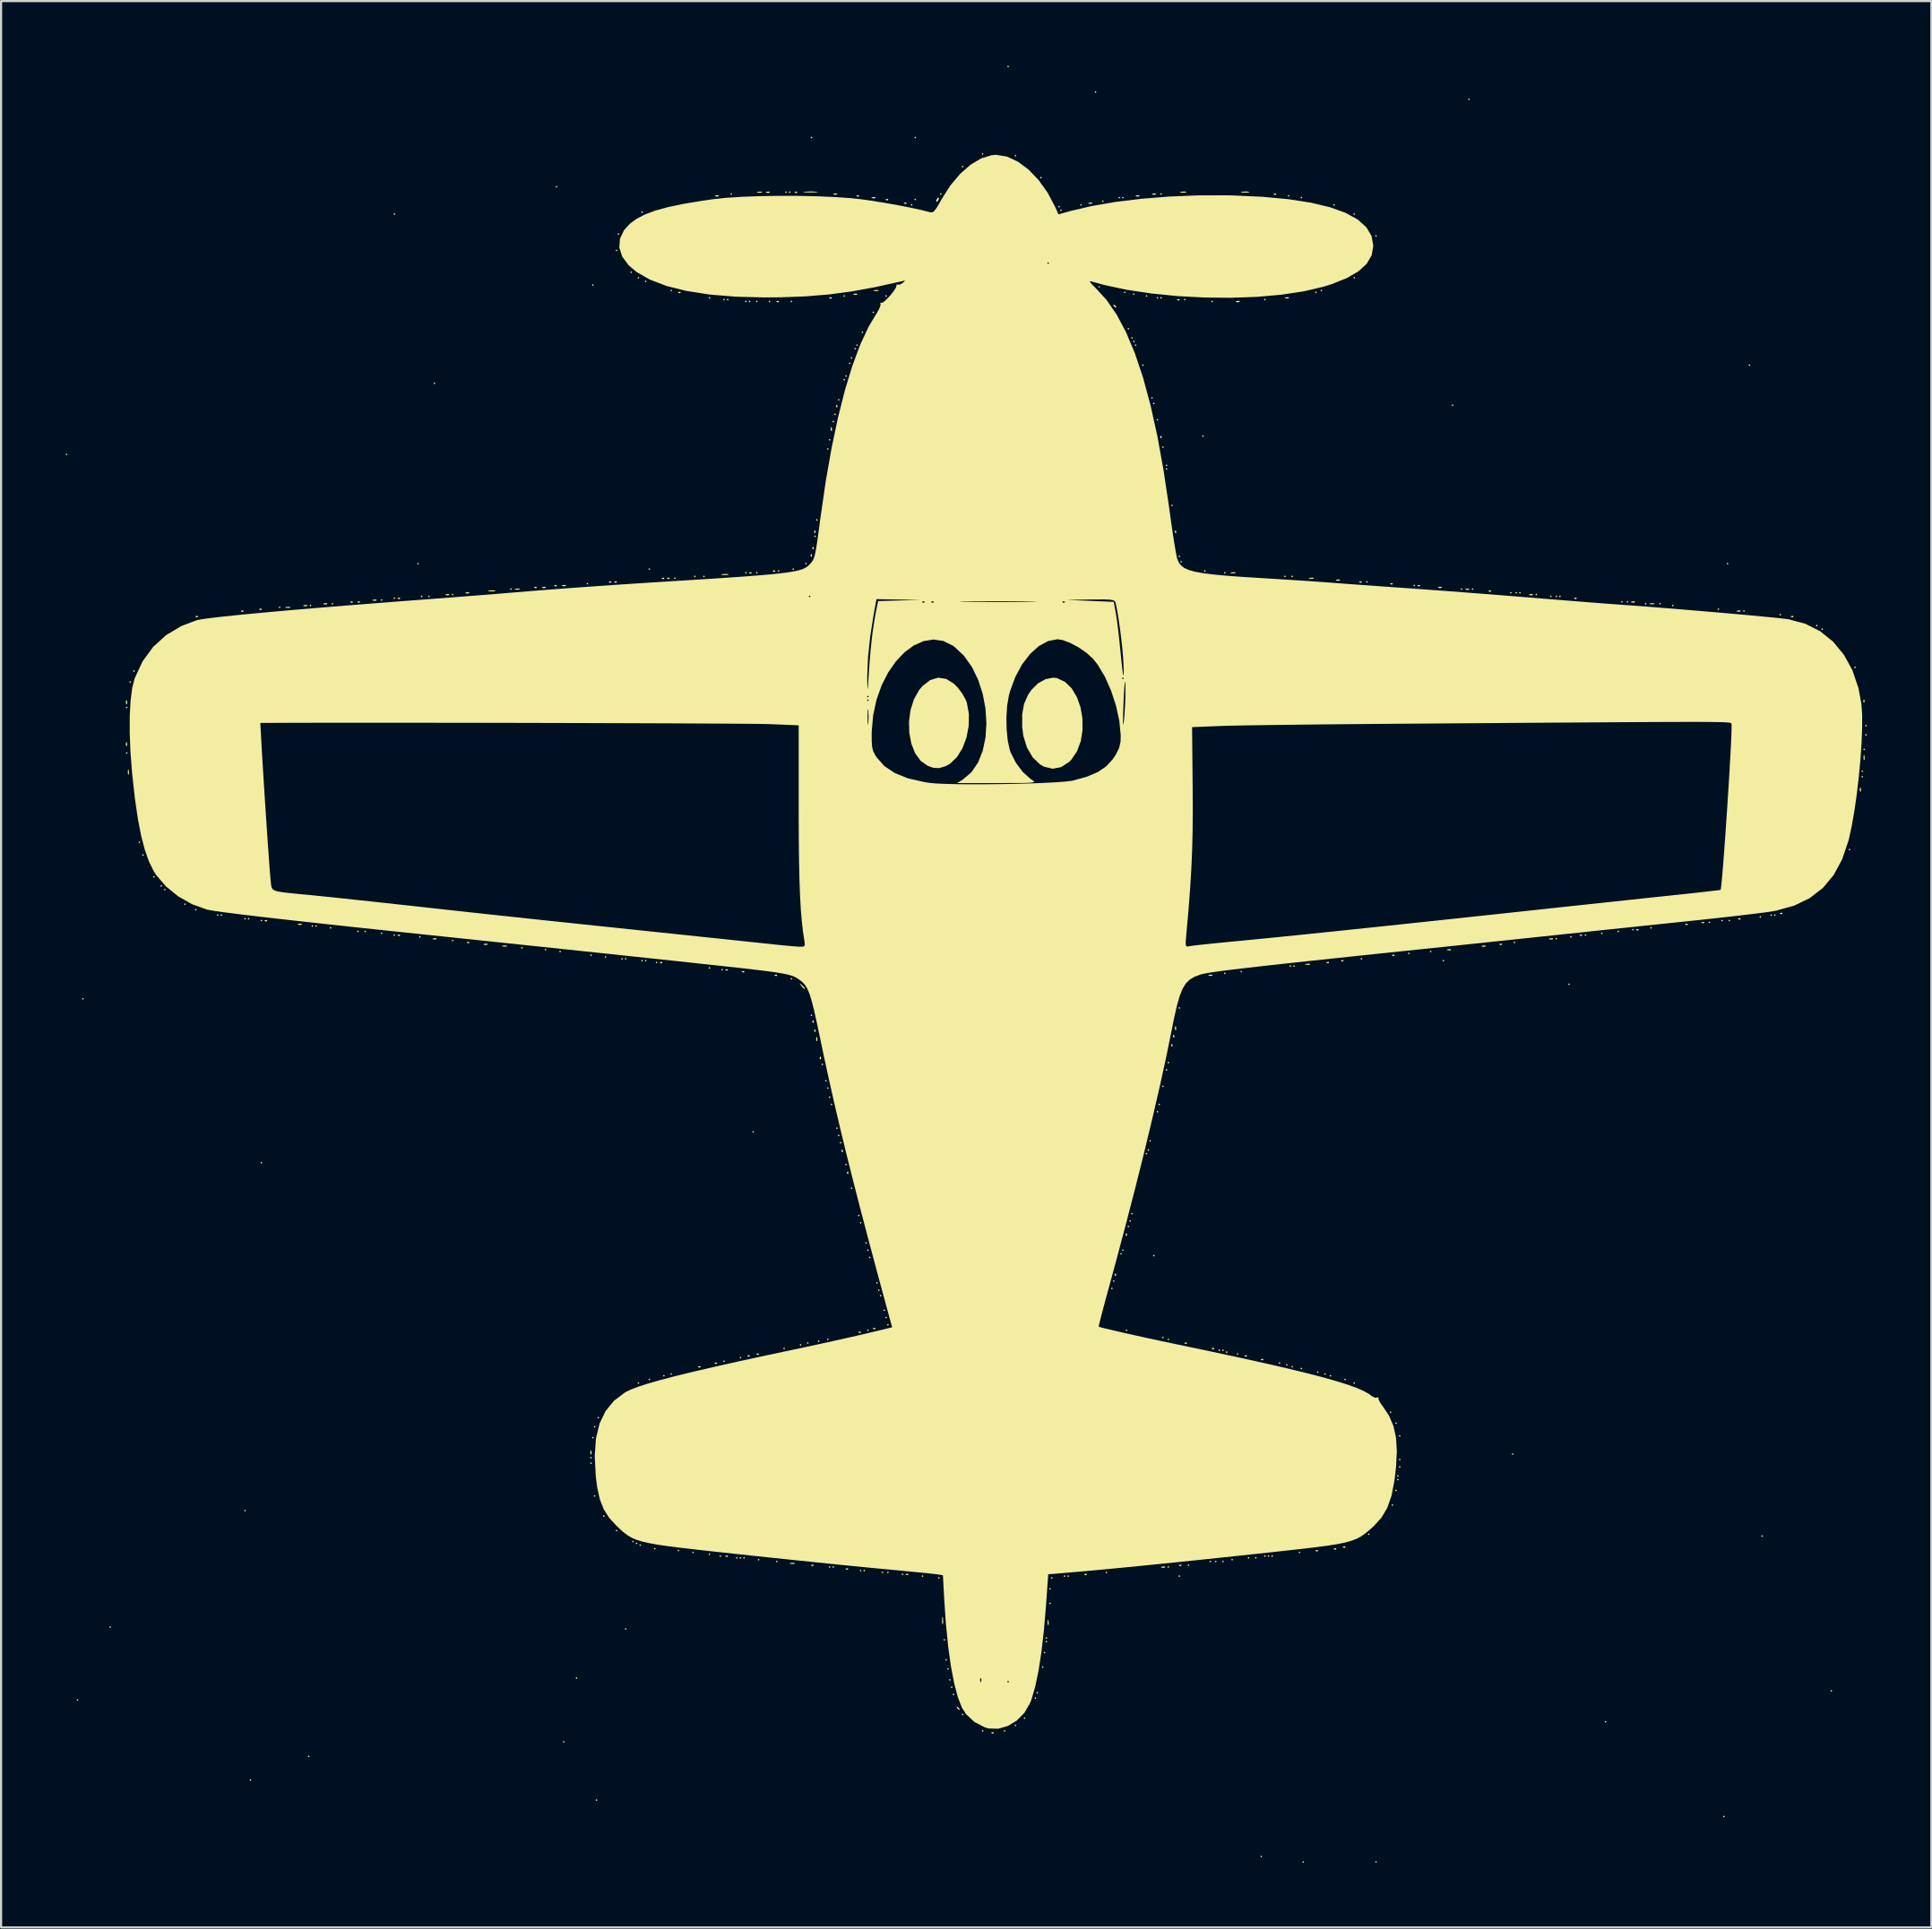
<source format=kicad_pcb>
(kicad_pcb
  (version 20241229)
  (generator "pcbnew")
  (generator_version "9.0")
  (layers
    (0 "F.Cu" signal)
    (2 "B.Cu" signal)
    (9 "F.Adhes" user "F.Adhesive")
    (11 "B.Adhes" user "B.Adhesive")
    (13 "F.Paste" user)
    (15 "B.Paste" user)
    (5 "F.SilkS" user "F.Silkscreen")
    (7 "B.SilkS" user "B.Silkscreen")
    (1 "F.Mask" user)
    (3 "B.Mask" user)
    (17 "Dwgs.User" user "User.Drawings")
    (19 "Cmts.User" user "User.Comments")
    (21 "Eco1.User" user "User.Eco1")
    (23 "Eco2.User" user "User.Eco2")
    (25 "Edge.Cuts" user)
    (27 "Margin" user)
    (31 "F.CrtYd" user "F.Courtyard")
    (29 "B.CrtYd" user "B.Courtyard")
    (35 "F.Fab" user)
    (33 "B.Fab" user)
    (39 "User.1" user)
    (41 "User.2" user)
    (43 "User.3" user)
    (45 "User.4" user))
  (footprint "plane2"
    (layer "F.Cu")
    (at 43.265 41.571)
    (property "Reference" "plane2" (at 0 0 0) (layer "F.SilkS") (effects (font (size 1.5 1.5) (thickness 0.3))))
    (attr board_only exclude_from_pos_files exclude_from_bom)
    (fp_poly (pts (xy -43.18 -23.495) (xy -43.222 -23.453) (xy -43.265 -23.495) (xy -43.222 -23.537)) (stroke (width 0) (type solid)) (fill yes) (layer "F.SilkS"))
    (fp_poly (pts (xy -42.672 34.417) (xy -42.714 34.459) (xy -42.757 34.417) (xy -42.714 34.375)) (stroke (width 0) (type solid)) (fill yes) (layer "F.SilkS"))
    (fp_poly (pts (xy -42.418 1.82) (xy -42.46 1.863) (xy -42.503 1.82) (xy -42.46 1.778)) (stroke (width 0) (type solid)) (fill yes) (layer "F.SilkS"))
    (fp_poly (pts (xy -41.148 31.03) (xy -41.19 31.073) (xy -41.233 31.03) (xy -41.19 30.988)) (stroke (width 0) (type solid)) (fill yes) (layer "F.SilkS"))
    (fp_poly (pts (xy -40.386 -11.726) (xy -40.428 -11.684) (xy -40.471 -11.726) (xy -40.428 -11.769)) (stroke (width 0) (type solid)) (fill yes) (layer "F.SilkS"))
    (fp_poly (pts (xy -40.386 -9.61) (xy -40.428 -9.567) (xy -40.471 -9.61) (xy -40.428 -9.652)) (stroke (width 0) (type solid)) (fill yes) (layer "F.SilkS"))
    (fp_poly (pts (xy -40.217 -12.912) (xy -40.259 -12.869) (xy -40.301 -12.912) (xy -40.259 -12.954)) (stroke (width 0) (type solid)) (fill yes) (layer "F.SilkS"))
    (fp_poly (pts (xy -40.047 -13.42) (xy -40.09 -13.377) (xy -40.132 -13.42) (xy -40.09 -13.462)) (stroke (width 0) (type solid)) (fill yes) (layer "F.SilkS"))
    (fp_poly (pts (xy -39.793 -5.461) (xy -39.836 -5.419) (xy -39.878 -5.461) (xy -39.836 -5.503)) (stroke (width 0) (type solid)) (fill yes) (layer "F.SilkS"))
    (fp_poly (pts (xy -39.624 -4.868) (xy -39.666 -4.826) (xy -39.709 -4.868) (xy -39.666 -4.911)) (stroke (width 0) (type solid)) (fill yes) (layer "F.SilkS"))
    (fp_poly (pts (xy -39.116 -3.852) (xy -39.158 -3.81) (xy -39.201 -3.852) (xy -39.158 -3.895)) (stroke (width 0) (type solid)) (fill yes) (layer "F.SilkS"))
    (fp_poly (pts (xy -38.777 -3.429) (xy -38.82 -3.387) (xy -38.862 -3.429) (xy -38.82 -3.471)) (stroke (width 0) (type solid)) (fill yes) (layer "F.SilkS"))
    (fp_poly (pts (xy -38.608 -3.26) (xy -38.65 -3.217) (xy -38.693 -3.26) (xy -38.65 -3.302)) (stroke (width 0) (type solid)) (fill yes) (layer "F.SilkS"))
    (fp_poly (pts (xy -37.677 -2.582) (xy -37.719 -2.54) (xy -37.761 -2.582) (xy -37.719 -2.625)) (stroke (width 0) (type solid)) (fill yes) (layer "F.SilkS"))
    (fp_poly (pts (xy -37.169 -2.328) (xy -37.211 -2.286) (xy -37.253 -2.328) (xy -37.211 -2.371)) (stroke (width 0) (type solid)) (fill yes) (layer "F.SilkS"))
    (fp_poly (pts (xy -36.153 -2.074) (xy -36.195 -2.032) (xy -36.237 -2.074) (xy -36.195 -2.117)) (stroke (width 0) (type solid)) (fill yes) (layer "F.SilkS"))
    (fp_poly (pts (xy -35.983 -2.074) (xy -36.026 -2.032) (xy -36.068 -2.074) (xy -36.026 -2.117)) (stroke (width 0) (type solid)) (fill yes) (layer "F.SilkS"))
    (fp_poly (pts (xy -34.883 -1.905) (xy -34.925 -1.863) (xy -34.967 -1.905) (xy -34.925 -1.947)) (stroke (width 0) (type solid)) (fill yes) (layer "F.SilkS"))
    (fp_poly (pts (xy -34.883 25.612) (xy -34.925 25.654) (xy -34.967 25.612) (xy -34.925 25.569)) (stroke (width 0) (type solid)) (fill yes) (layer "F.SilkS"))
    (fp_poly (pts (xy -34.713 -1.905) (xy -34.756 -1.863) (xy -34.798 -1.905) (xy -34.756 -1.947)) (stroke (width 0) (type solid)) (fill yes) (layer "F.SilkS"))
    (fp_poly (pts (xy -34.629 38.142) (xy -34.671 38.185) (xy -34.713 38.142) (xy -34.671 38.1)) (stroke (width 0) (type solid)) (fill yes) (layer "F.SilkS"))
    (fp_poly (pts (xy -34.121 -1.82) (xy -34.163 -1.778) (xy -34.205 -1.82) (xy -34.163 -1.863)) (stroke (width 0) (type solid)) (fill yes) (layer "F.SilkS"))
    (fp_poly (pts (xy -34.121 9.44) (xy -34.163 9.483) (xy -34.205 9.44) (xy -34.163 9.398)) (stroke (width 0) (type solid)) (fill yes) (layer "F.SilkS"))
    (fp_poly (pts (xy -33.274 -16.383) (xy -33.316 -16.341) (xy -33.359 -16.383) (xy -33.316 -16.425)) (stroke (width 0) (type solid)) (fill yes) (layer "F.SilkS"))
    (fp_poly (pts (xy -31.919 37.042) (xy -31.962 37.084) (xy -32.004 37.042) (xy -31.962 36.999)) (stroke (width 0) (type solid)) (fill yes) (layer "F.SilkS"))
    (fp_poly (pts (xy -31.835 -16.468) (xy -31.877 -16.425) (xy -31.919 -16.468) (xy -31.877 -16.51)) (stroke (width 0) (type solid)) (fill yes) (layer "F.SilkS"))
    (fp_poly (pts (xy -31.75 -1.566) (xy -31.792 -1.524) (xy -31.835 -1.566) (xy -31.792 -1.609)) (stroke (width 0) (type solid)) (fill yes) (layer "F.SilkS"))
    (fp_poly (pts (xy -31.581 -1.566) (xy -31.623 -1.524) (xy -31.665 -1.566) (xy -31.623 -1.609)) (stroke (width 0) (type solid)) (fill yes) (layer "F.SilkS"))
    (fp_poly (pts (xy -30.903 -1.482) (xy -30.946 -1.439) (xy -30.988 -1.482) (xy -30.946 -1.524)) (stroke (width 0) (type solid)) (fill yes) (layer "F.SilkS"))
    (fp_poly (pts (xy -30.819 -16.552) (xy -30.861 -16.51) (xy -30.903 -16.552) (xy -30.861 -16.595)) (stroke (width 0) (type solid)) (fill yes) (layer "F.SilkS"))
    (fp_poly (pts (xy -29.633 -1.312) (xy -29.676 -1.27) (xy -29.718 -1.312) (xy -29.676 -1.355)) (stroke (width 0) (type solid)) (fill yes) (layer "F.SilkS"))
    (fp_poly (pts (xy -29.295 -1.312) (xy -29.337 -1.27) (xy -29.379 -1.312) (xy -29.337 -1.355)) (stroke (width 0) (type solid)) (fill yes) (layer "F.SilkS"))
    (fp_poly (pts (xy -28.533 -16.722) (xy -28.575 -16.679) (xy -28.617 -16.722) (xy -28.575 -16.764)) (stroke (width 0) (type solid)) (fill yes) (layer "F.SilkS"))
    (fp_poly (pts (xy -28.533 -1.228) (xy -28.575 -1.185) (xy -28.617 -1.228) (xy -28.575 -1.27)) (stroke (width 0) (type solid)) (fill yes) (layer "F.SilkS"))
    (fp_poly (pts (xy -27.94 -34.671) (xy -27.982 -34.629) (xy -28.025 -34.671) (xy -27.982 -34.713)) (stroke (width 0) (type solid)) (fill yes) (layer "F.SilkS"))
    (fp_poly (pts (xy -27.94 -16.806) (xy -27.982 -16.764) (xy -28.025 -16.806) (xy -27.982 -16.849)) (stroke (width 0) (type solid)) (fill yes) (layer "F.SilkS"))
    (fp_poly (pts (xy -27.94 -1.143) (xy -27.982 -1.101) (xy -28.025 -1.143) (xy -27.982 -1.185)) (stroke (width 0) (type solid)) (fill yes) (layer "F.SilkS"))
    (fp_poly (pts (xy -26.839 -18.415) (xy -26.882 -18.373) (xy -26.924 -18.415) (xy -26.882 -18.457)) (stroke (width 0) (type solid)) (fill yes) (layer "F.SilkS"))
    (fp_poly (pts (xy -26.755 -1.058) (xy -26.797 -1.016) (xy -26.839 -1.058) (xy -26.797 -1.101)) (stroke (width 0) (type solid)) (fill yes) (layer "F.SilkS"))
    (fp_poly (pts (xy -26.67 -16.891) (xy -26.712 -16.849) (xy -26.755 -16.891) (xy -26.712 -16.933)) (stroke (width 0) (type solid)) (fill yes) (layer "F.SilkS"))
    (fp_poly (pts (xy -26.331 -16.891) (xy -26.374 -16.849) (xy -26.416 -16.891) (xy -26.374 -16.933)) (stroke (width 0) (type solid)) (fill yes) (layer "F.SilkS"))
    (fp_poly (pts (xy -26.077 -26.797) (xy -26.12 -26.755) (xy -26.162 -26.797) (xy -26.12 -26.839)) (stroke (width 0) (type solid)) (fill yes) (layer "F.SilkS"))
    (fp_poly (pts (xy -25.231 -16.976) (xy -25.273 -16.933) (xy -25.315 -16.976) (xy -25.273 -17.018)) (stroke (width 0) (type solid)) (fill yes) (layer "F.SilkS"))
    (fp_poly (pts (xy -25.231 -0.889) (xy -25.273 -0.847) (xy -25.315 -0.889) (xy -25.273 -0.931)) (stroke (width 0) (type solid)) (fill yes) (layer "F.SilkS"))
    (fp_poly (pts (xy -22.521 -17.23) (xy -22.564 -17.187) (xy -22.606 -17.23) (xy -22.564 -17.272)) (stroke (width 0) (type solid)) (fill yes) (layer "F.SilkS"))
    (fp_poly (pts (xy -22.013 -0.55) (xy -22.056 -0.508) (xy -22.098 -0.55) (xy -22.056 -0.593)) (stroke (width 0) (type solid)) (fill yes) (layer "F.SilkS"))
    (fp_poly (pts (xy -20.913 -0.466) (xy -20.955 -0.423) (xy -20.997 -0.466) (xy -20.955 -0.508)) (stroke (width 0) (type solid)) (fill yes) (layer "F.SilkS"))
    (fp_poly (pts (xy -20.405 -35.941) (xy -20.447 -35.899) (xy -20.489 -35.941) (xy -20.447 -35.983)) (stroke (width 0) (type solid)) (fill yes) (layer "F.SilkS"))
    (fp_poly (pts (xy -20.235 -0.381) (xy -20.278 -0.339) (xy -20.32 -0.381) (xy -20.278 -0.423)) (stroke (width 0) (type solid)) (fill yes) (layer "F.SilkS"))
    (fp_poly (pts (xy -20.066 36.364) (xy -20.108 36.407) (xy -20.151 36.364) (xy -20.108 36.322)) (stroke (width 0) (type solid)) (fill yes) (layer "F.SilkS"))
    (fp_poly (pts (xy -19.473 33.401) (xy -19.516 33.443) (xy -19.558 33.401) (xy -19.516 33.359)) (stroke (width 0) (type solid)) (fill yes) (layer "F.SilkS"))
    (fp_poly (pts (xy -18.965 -17.484) (xy -19.008 -17.441) (xy -19.05 -17.484) (xy -19.008 -17.526)) (stroke (width 0) (type solid)) (fill yes) (layer "F.SilkS"))
    (fp_poly (pts (xy -18.796 -0.212) (xy -18.838 -0.169) (xy -18.881 -0.212) (xy -18.838 -0.254)) (stroke (width 0) (type solid)) (fill yes) (layer "F.SilkS"))
    (fp_poly (pts (xy -18.796 23.156) (xy -18.838 23.199) (xy -18.881 23.156) (xy -18.838 23.114)) (stroke (width 0) (type solid)) (fill yes) (layer "F.SilkS"))
    (fp_poly (pts (xy -18.796 23.41) (xy -18.838 23.453) (xy -18.881 23.41) (xy -18.838 23.368)) (stroke (width 0) (type solid)) (fill yes) (layer "F.SilkS"))
    (fp_poly (pts (xy -18.711 -31.369) (xy -18.754 -31.327) (xy -18.796 -31.369) (xy -18.754 -31.411)) (stroke (width 0) (type solid)) (fill yes) (layer "F.SilkS"))
    (fp_poly (pts (xy -18.711 22.225) (xy -18.754 22.267) (xy -18.796 22.225) (xy -18.754 22.183)) (stroke (width 0) (type solid)) (fill yes) (layer "F.SilkS"))
    (fp_poly (pts (xy -18.627 21.717) (xy -18.669 21.759) (xy -18.711 21.717) (xy -18.669 21.675)) (stroke (width 0) (type solid)) (fill yes) (layer "F.SilkS"))
    (fp_poly (pts (xy -18.627 24.934) (xy -18.669 24.977) (xy -18.711 24.934) (xy -18.669 24.892)) (stroke (width 0) (type solid)) (fill yes) (layer "F.SilkS"))
    (fp_poly (pts (xy -18.542 39.074) (xy -18.584 39.116) (xy -18.627 39.074) (xy -18.584 39.031)) (stroke (width 0) (type solid)) (fill yes) (layer "F.SilkS"))
    (fp_poly (pts (xy -18.457 21.294) (xy -18.5 21.336) (xy -18.542 21.294) (xy -18.5 21.251)) (stroke (width 0) (type solid)) (fill yes) (layer "F.SilkS"))
    (fp_poly (pts (xy -18.203 25.866) (xy -18.246 25.908) (xy -18.288 25.866) (xy -18.246 25.823)) (stroke (width 0) (type solid)) (fill yes) (layer "F.SilkS"))
    (fp_poly (pts (xy -18.119 -0.127) (xy -18.161 -0.085) (xy -18.203 -0.127) (xy -18.161 -0.169)) (stroke (width 0) (type solid)) (fill yes) (layer "F.SilkS"))
    (fp_poly (pts (xy -17.611 -32.978) (xy -17.653 -32.935) (xy -17.695 -32.978) (xy -17.653 -33.02)) (stroke (width 0) (type solid)) (fill yes) (layer "F.SilkS"))
    (fp_poly (pts (xy -17.611 26.543) (xy -17.653 26.585) (xy -17.695 26.543) (xy -17.653 26.501)) (stroke (width 0) (type solid)) (fill yes) (layer "F.SilkS"))
    (fp_poly (pts (xy -17.526 -33.74) (xy -17.568 -33.697) (xy -17.611 -33.74) (xy -17.568 -33.782)) (stroke (width 0) (type solid)) (fill yes) (layer "F.SilkS"))
    (fp_poly (pts (xy -17.357 -0.042) (xy -17.399 0) (xy -17.441 -0.042) (xy -17.399 -0.085)) (stroke (width 0) (type solid)) (fill yes) (layer "F.SilkS"))
    (fp_poly (pts (xy -17.187 -0.042) (xy -17.23 0) (xy -17.272 -0.042) (xy -17.23 -0.085)) (stroke (width 0) (type solid)) (fill yes) (layer "F.SilkS"))
    (fp_poly (pts (xy -17.187 31.115) (xy -17.23 31.157) (xy -17.272 31.115) (xy -17.23 31.073)) (stroke (width 0) (type solid)) (fill yes) (layer "F.SilkS"))
    (fp_poly (pts (xy -16.933 -31.962) (xy -16.976 -31.919) (xy -17.018 -31.962) (xy -16.976 -32.004)) (stroke (width 0) (type solid)) (fill yes) (layer "F.SilkS"))
    (fp_poly (pts (xy -16.849 27.051) (xy -16.891 27.093) (xy -16.933 27.051) (xy -16.891 27.009)) (stroke (width 0) (type solid)) (fill yes) (layer "F.SilkS"))
    (fp_poly (pts (xy -16.679 27.136) (xy -16.722 27.178) (xy -16.764 27.136) (xy -16.722 27.093)) (stroke (width 0) (type solid)) (fill yes) (layer "F.SilkS"))
    (fp_poly (pts (xy -16.595 -31.708) (xy -16.637 -31.665) (xy -16.679 -31.708) (xy -16.637 -31.75)) (stroke (width 0) (type solid)) (fill yes) (layer "F.SilkS"))
    (fp_poly (pts (xy -16.595 19.685) (xy -16.637 19.727) (xy -16.679 19.685) (xy -16.637 19.643)) (stroke (width 0) (type solid)) (fill yes) (layer "F.SilkS"))
    (fp_poly (pts (xy -16.51 27.22) (xy -16.552 27.263) (xy -16.595 27.22) (xy -16.552 27.178)) (stroke (width 0) (type solid)) (fill yes) (layer "F.SilkS"))
    (fp_poly (pts (xy -16.425 -34.756) (xy -16.468 -34.713) (xy -16.51 -34.756) (xy -16.468 -34.798)) (stroke (width 0) (type solid)) (fill yes) (layer "F.SilkS"))
    (fp_poly (pts (xy -16.425 0.042) (xy -16.468 0.085) (xy -16.51 0.042) (xy -16.468 0)) (stroke (width 0) (type solid)) (fill yes) (layer "F.SilkS"))
    (fp_poly (pts (xy -16.256 -31.538) (xy -16.298 -31.496) (xy -16.341 -31.538) (xy -16.298 -31.581)) (stroke (width 0) (type solid)) (fill yes) (layer "F.SilkS"))
    (fp_poly (pts (xy -16.256 0.042) (xy -16.298 0.085) (xy -16.341 0.042) (xy -16.298 0)) (stroke (width 0) (type solid)) (fill yes) (layer "F.SilkS"))
    (fp_poly (pts (xy -16.087 -18.161) (xy -16.129 -18.119) (xy -16.171 -18.161) (xy -16.129 -18.203)) (stroke (width 0) (type solid)) (fill yes) (layer "F.SilkS"))
    (fp_poly (pts (xy -16.087 19.516) (xy -16.129 19.558) (xy -16.171 19.516) (xy -16.129 19.473)) (stroke (width 0) (type solid)) (fill yes) (layer "F.SilkS"))
    (fp_poly (pts (xy -15.833 27.39) (xy -15.875 27.432) (xy -15.917 27.39) (xy -15.875 27.347)) (stroke (width 0) (type solid)) (fill yes) (layer "F.SilkS"))
    (fp_poly (pts (xy -15.748 0.127) (xy -15.79 0.169) (xy -15.833 0.127) (xy -15.79 0.085)) (stroke (width 0) (type solid)) (fill yes) (layer "F.SilkS"))
    (fp_poly (pts (xy -15.409 19.346) (xy -15.452 19.389) (xy -15.494 19.346) (xy -15.452 19.304)) (stroke (width 0) (type solid)) (fill yes) (layer "F.SilkS"))
    (fp_poly (pts (xy -15.071 -31.115) (xy -15.113 -31.073) (xy -15.155 -31.115) (xy -15.113 -31.157)) (stroke (width 0) (type solid)) (fill yes) (layer "F.SilkS"))
    (fp_poly (pts (xy -15.071 19.262) (xy -15.113 19.304) (xy -15.155 19.262) (xy -15.113 19.219)) (stroke (width 0) (type solid)) (fill yes) (layer "F.SilkS"))
    (fp_poly (pts (xy -14.901 -17.738) (xy -14.944 -17.695) (xy -14.986 -17.738) (xy -14.944 -17.78)) (stroke (width 0) (type solid)) (fill yes) (layer "F.SilkS"))
    (fp_poly (pts (xy -14.732 27.474) (xy -14.774 27.517) (xy -14.817 27.474) (xy -14.774 27.432)) (stroke (width 0) (type solid)) (fill yes) (layer "F.SilkS"))
    (fp_poly (pts (xy -14.055 27.559) (xy -14.097 27.601) (xy -14.139 27.559) (xy -14.097 27.517)) (stroke (width 0) (type solid)) (fill yes) (layer "F.SilkS"))
    (fp_poly (pts (xy -13.97 -17.822) (xy -14.012 -17.78) (xy -14.055 -17.822) (xy -14.012 -17.865)) (stroke (width 0) (type solid)) (fill yes) (layer "F.SilkS"))
    (fp_poly (pts (xy -13.547 -17.822) (xy -13.589 -17.78) (xy -13.631 -17.822) (xy -13.589 -17.865)) (stroke (width 0) (type solid)) (fill yes) (layer "F.SilkS"))
    (fp_poly (pts (xy -13.293 -30.776) (xy -13.335 -30.734) (xy -13.377 -30.776) (xy -13.335 -30.819)) (stroke (width 0) (type solid)) (fill yes) (layer "F.SilkS"))
    (fp_poly (pts (xy -13.293 0.381) (xy -13.335 0.423) (xy -13.377 0.381) (xy -13.335 0.339)) (stroke (width 0) (type solid)) (fill yes) (layer "F.SilkS"))
    (fp_poly (pts (xy -13.293 27.644) (xy -13.335 27.686) (xy -13.377 27.644) (xy -13.335 27.601)) (stroke (width 0) (type solid)) (fill yes) (layer "F.SilkS"))
    (fp_poly (pts (xy -12.785 27.728) (xy -12.827 27.771) (xy -12.869 27.728) (xy -12.827 27.686)) (stroke (width 0) (type solid)) (fill yes) (layer "F.SilkS"))
    (fp_poly (pts (xy -12.7 0.466) (xy -12.742 0.508) (xy -12.785 0.466) (xy -12.742 0.423)) (stroke (width 0) (type solid)) (fill yes) (layer "F.SilkS"))
    (fp_poly (pts (xy -12.615 -30.692) (xy -12.658 -30.649) (xy -12.7 -30.692) (xy -12.658 -30.734)) (stroke (width 0) (type solid)) (fill yes) (layer "F.SilkS"))
    (fp_poly (pts (xy -12.615 18.669) (xy -12.658 18.711) (xy -12.7 18.669) (xy -12.658 18.627)) (stroke (width 0) (type solid)) (fill yes) (layer "F.SilkS"))
    (fp_poly (pts (xy -12.446 -30.692) (xy -12.488 -30.649) (xy -12.531 -30.692) (xy -12.488 -30.734)) (stroke (width 0) (type solid)) (fill yes) (layer "F.SilkS"))
    (fp_poly (pts (xy -12.277 -35.602) (xy -12.319 -35.56) (xy -12.361 -35.602) (xy -12.319 -35.645)) (stroke (width 0) (type solid)) (fill yes) (layer "F.SilkS"))
    (fp_poly (pts (xy -12.023 27.813) (xy -12.065 27.855) (xy -12.107 27.813) (xy -12.065 27.771)) (stroke (width 0) (type solid)) (fill yes) (layer "F.SilkS"))
    (fp_poly (pts (xy -11.853 18.5) (xy -11.896 18.542) (xy -11.938 18.5) (xy -11.896 18.457)) (stroke (width 0) (type solid)) (fill yes) (layer "F.SilkS"))
    (fp_poly (pts (xy -11.853 27.813) (xy -11.896 27.855) (xy -11.938 27.813) (xy -11.896 27.771)) (stroke (width 0) (type solid)) (fill yes) (layer "F.SilkS"))
    (fp_poly (pts (xy -11.684 27.813) (xy -11.726 27.855) (xy -11.769 27.813) (xy -11.726 27.771)) (stroke (width 0) (type solid)) (fill yes) (layer "F.SilkS"))
    (fp_poly (pts (xy -11.599 -30.607) (xy -11.642 -30.565) (xy -11.684 -30.607) (xy -11.642 -30.649)) (stroke (width 0) (type solid)) (fill yes) (layer "F.SilkS"))
    (fp_poly (pts (xy -11.599 -17.992) (xy -11.642 -17.949) (xy -11.684 -17.992) (xy -11.642 -18.034)) (stroke (width 0) (type solid)) (fill yes) (layer "F.SilkS"))
    (fp_poly (pts (xy -11.43 -30.607) (xy -11.472 -30.565) (xy -11.515 -30.607) (xy -11.472 -30.649)) (stroke (width 0) (type solid)) (fill yes) (layer "F.SilkS"))
    (fp_poly (pts (xy -11.261 8.001) (xy -11.303 8.043) (xy -11.345 8.001) (xy -11.303 7.959)) (stroke (width 0) (type solid)) (fill yes) (layer "F.SilkS"))
    (fp_poly (pts (xy -11.091 -30.607) (xy -11.134 -30.565) (xy -11.176 -30.607) (xy -11.134 -30.649)) (stroke (width 0) (type solid)) (fill yes) (layer "F.SilkS"))
    (fp_poly (pts (xy -11.091 -17.992) (xy -11.134 -17.949) (xy -11.176 -17.992) (xy -11.134 -18.034)) (stroke (width 0) (type solid)) (fill yes) (layer "F.SilkS"))
    (fp_poly (pts (xy -11.007 27.898) (xy -11.049 27.94) (xy -11.091 27.898) (xy -11.049 27.855)) (stroke (width 0) (type solid)) (fill yes) (layer "F.SilkS"))
    (fp_poly (pts (xy -10.499 -30.607) (xy -10.541 -30.565) (xy -10.583 -30.607) (xy -10.541 -30.649)) (stroke (width 0) (type solid)) (fill yes) (layer "F.SilkS"))
    (fp_poly (pts (xy -10.16 27.982) (xy -10.202 28.025) (xy -10.245 27.982) (xy -10.202 27.94)) (stroke (width 0) (type solid)) (fill yes) (layer "F.SilkS"))
    (fp_poly (pts (xy -10.075 -18.076) (xy -10.118 -18.034) (xy -10.16 -18.076) (xy -10.118 -18.119)) (stroke (width 0) (type solid)) (fill yes) (layer "F.SilkS"))
    (fp_poly (pts (xy -9.821 18.076) (xy -9.864 18.119) (xy -9.906 18.076) (xy -9.864 18.034)) (stroke (width 0) (type solid)) (fill yes) (layer "F.SilkS"))
    (fp_poly (pts (xy -9.737 -35.687) (xy -9.779 -35.645) (xy -9.821 -35.687) (xy -9.779 -35.729)) (stroke (width 0) (type solid)) (fill yes) (layer "F.SilkS"))
    (fp_poly (pts (xy -9.567 -35.687) (xy -9.61 -35.645) (xy -9.652 -35.687) (xy -9.61 -35.729)) (stroke (width 0) (type solid)) (fill yes) (layer "F.SilkS"))
    (fp_poly (pts (xy -9.483 -30.607) (xy -9.525 -30.565) (xy -9.567 -30.607) (xy -9.525 -30.649)) (stroke (width 0) (type solid)) (fill yes) (layer "F.SilkS"))
    (fp_poly (pts (xy -9.483 0.889) (xy -9.525 0.931) (xy -9.567 0.889) (xy -9.525 0.847)) (stroke (width 0) (type solid)) (fill yes) (layer "F.SilkS"))
    (fp_poly (pts (xy -9.398 -18.161) (xy -9.44 -18.119) (xy -9.483 -18.161) (xy -9.44 -18.203)) (stroke (width 0) (type solid)) (fill yes) (layer "F.SilkS"))
    (fp_poly (pts (xy -9.059 17.907) (xy -9.102 17.949) (xy -9.144 17.907) (xy -9.102 17.865)) (stroke (width 0) (type solid)) (fill yes) (layer "F.SilkS"))
    (fp_poly (pts (xy -8.805 -18.415) (xy -8.848 -18.373) (xy -8.89 -18.415) (xy -8.848 -18.457)) (stroke (width 0) (type solid)) (fill yes) (layer "F.SilkS"))
    (fp_poly (pts (xy -8.721 17.822) (xy -8.763 17.865) (xy -8.805 17.822) (xy -8.763 17.78)) (stroke (width 0) (type solid)) (fill yes) (layer "F.SilkS"))
    (fp_poly (pts (xy -8.551 -38.227) (xy -8.594 -38.185) (xy -8.636 -38.227) (xy -8.594 -38.269)) (stroke (width 0) (type solid)) (fill yes) (layer "F.SilkS"))
    (fp_poly (pts (xy -8.551 2.582) (xy -8.594 2.625) (xy -8.636 2.582) (xy -8.594 2.54)) (stroke (width 0) (type solid)) (fill yes) (layer "F.SilkS"))
    (fp_poly (pts (xy -8.382 -19.685) (xy -8.424 -19.643) (xy -8.467 -19.685) (xy -8.424 -19.727)) (stroke (width 0) (type solid)) (fill yes) (layer "F.SilkS"))
    (fp_poly (pts (xy -8.297 -20.447) (xy -8.34 -20.405) (xy -8.382 -20.447) (xy -8.34 -20.489)) (stroke (width 0) (type solid)) (fill yes) (layer "F.SilkS"))
    (fp_poly (pts (xy -8.213 17.738) (xy -8.255 17.78) (xy -8.297 17.738) (xy -8.255 17.695)) (stroke (width 0) (type solid)) (fill yes) (layer "F.SilkS"))
    (fp_poly (pts (xy -8.043 4.868) (xy -8.086 4.911) (xy -8.128 4.868) (xy -8.086 4.826)) (stroke (width 0) (type solid)) (fill yes) (layer "F.SilkS"))
    (fp_poly (pts (xy -7.874 5.63) (xy -7.916 5.673) (xy -7.959 5.63) (xy -7.916 5.588)) (stroke (width 0) (type solid)) (fill yes) (layer "F.SilkS"))
    (fp_poly (pts (xy -7.789 -23.749) (xy -7.832 -23.707) (xy -7.874 -23.749) (xy -7.832 -23.791)) (stroke (width 0) (type solid)) (fill yes) (layer "F.SilkS"))
    (fp_poly (pts (xy -7.789 5.969) (xy -7.832 6.011) (xy -7.874 5.969) (xy -7.832 5.927)) (stroke (width 0) (type solid)) (fill yes) (layer "F.SilkS"))
    (fp_poly (pts (xy -7.789 17.653) (xy -7.832 17.695) (xy -7.874 17.653) (xy -7.832 17.611)) (stroke (width 0) (type solid)) (fill yes) (layer "F.SilkS"))
    (fp_poly (pts (xy -7.705 -24.172) (xy -7.747 -24.13) (xy -7.789 -24.172) (xy -7.747 -24.215)) (stroke (width 0) (type solid)) (fill yes) (layer "F.SilkS"))
    (fp_poly (pts (xy -7.705 6.392) (xy -7.747 6.435) (xy -7.789 6.392) (xy -7.747 6.35)) (stroke (width 0) (type solid)) (fill yes) (layer "F.SilkS"))
    (fp_poly (pts (xy -7.705 28.236) (xy -7.747 28.279) (xy -7.789 28.236) (xy -7.747 28.194)) (stroke (width 0) (type solid)) (fill yes) (layer "F.SilkS"))
    (fp_poly (pts (xy -7.62 6.731) (xy -7.662 6.773) (xy -7.705 6.731) (xy -7.662 6.689)) (stroke (width 0) (type solid)) (fill yes) (layer "F.SilkS"))
    (fp_poly (pts (xy -7.535 -25.019) (xy -7.578 -24.977) (xy -7.62 -25.019) (xy -7.578 -25.061)) (stroke (width 0) (type solid)) (fill yes) (layer "F.SilkS"))
    (fp_poly (pts (xy -7.535 28.236) (xy -7.578 28.279) (xy -7.62 28.236) (xy -7.578 28.194)) (stroke (width 0) (type solid)) (fill yes) (layer "F.SilkS"))
    (fp_poly (pts (xy -7.451 -25.358) (xy -7.493 -25.315) (xy -7.535 -25.358) (xy -7.493 -25.4)) (stroke (width 0) (type solid)) (fill yes) (layer "F.SilkS"))
    (fp_poly (pts (xy -7.366 7.832) (xy -7.408 7.874) (xy -7.451 7.832) (xy -7.408 7.789)) (stroke (width 0) (type solid)) (fill yes) (layer "F.SilkS"))
    (fp_poly (pts (xy -7.281 -26.035) (xy -7.324 -25.993) (xy -7.366 -26.035) (xy -7.324 -26.077)) (stroke (width 0) (type solid)) (fill yes) (layer "F.SilkS"))
    (fp_poly (pts (xy -7.281 8.17) (xy -7.324 8.213) (xy -7.366 8.17) (xy -7.324 8.128)) (stroke (width 0) (type solid)) (fill yes) (layer "F.SilkS"))
    (fp_poly (pts (xy -7.197 8.509) (xy -7.239 8.551) (xy -7.281 8.509) (xy -7.239 8.467)) (stroke (width 0) (type solid)) (fill yes) (layer "F.SilkS"))
    (fp_poly (pts (xy -7.027 -30.861) (xy -7.07 -30.819) (xy -7.112 -30.861) (xy -7.07 -30.903)) (stroke (width 0) (type solid)) (fill yes) (layer "F.SilkS"))
    (fp_poly (pts (xy -7.027 -26.966) (xy -7.07 -26.924) (xy -7.112 -26.966) (xy -7.07 -27.009)) (stroke (width 0) (type solid)) (fill yes) (layer "F.SilkS"))
    (fp_poly (pts (xy -6.943 -27.136) (xy -6.985 -27.093) (xy -7.027 -27.136) (xy -6.985 -27.178)) (stroke (width 0) (type solid)) (fill yes) (layer "F.SilkS"))
    (fp_poly (pts (xy -6.943 9.525) (xy -6.985 9.567) (xy -7.027 9.525) (xy -6.985 9.483)) (stroke (width 0) (type solid)) (fill yes) (layer "F.SilkS"))
    (fp_poly (pts (xy -6.773 -27.728) (xy -6.816 -27.686) (xy -6.858 -27.728) (xy -6.816 -27.771)) (stroke (width 0) (type solid)) (fill yes) (layer "F.SilkS"))
    (fp_poly (pts (xy -6.689 -27.982) (xy -6.731 -27.94) (xy -6.773 -27.982) (xy -6.731 -28.025)) (stroke (width 0) (type solid)) (fill yes) (layer "F.SilkS"))
    (fp_poly (pts (xy -6.689 10.626) (xy -6.731 10.668) (xy -6.773 10.626) (xy -6.731 10.583)) (stroke (width 0) (type solid)) (fill yes) (layer "F.SilkS"))
    (fp_poly (pts (xy -6.519 -28.406) (xy -6.562 -28.363) (xy -6.604 -28.406) (xy -6.562 -28.448)) (stroke (width 0) (type solid)) (fill yes) (layer "F.SilkS"))
    (fp_poly (pts (xy -6.435 -28.575) (xy -6.477 -28.533) (xy -6.519 -28.575) (xy -6.477 -28.617)) (stroke (width 0) (type solid)) (fill yes) (layer "F.SilkS"))
    (fp_poly (pts (xy -6.35 11.896) (xy -6.392 11.938) (xy -6.435 11.896) (xy -6.392 11.853)) (stroke (width 0) (type solid)) (fill yes) (layer "F.SilkS"))
    (fp_poly (pts (xy -6.265 12.234) (xy -6.308 12.277) (xy -6.35 12.234) (xy -6.308 12.192)) (stroke (width 0) (type solid)) (fill yes) (layer "F.SilkS"))
    (fp_poly (pts (xy -6.265 28.406) (xy -6.308 28.448) (xy -6.35 28.406) (xy -6.308 28.363)) (stroke (width 0) (type solid)) (fill yes) (layer "F.SilkS"))
    (fp_poly (pts (xy -6.181 -29.168) (xy -6.223 -29.125) (xy -6.265 -29.168) (xy -6.223 -29.21)) (stroke (width 0) (type solid)) (fill yes) (layer "F.SilkS"))
    (fp_poly (pts (xy -6.096 28.406) (xy -6.138 28.448) (xy -6.181 28.406) (xy -6.138 28.363)) (stroke (width 0) (type solid)) (fill yes) (layer "F.SilkS"))
    (fp_poly (pts (xy -6.011 13.166) (xy -6.054 13.208) (xy -6.096 13.166) (xy -6.054 13.123)) (stroke (width 0) (type solid)) (fill yes) (layer "F.SilkS"))
    (fp_poly (pts (xy -5.927 13.504) (xy -5.969 13.547) (xy -6.011 13.504) (xy -5.969 13.462)) (stroke (width 0) (type solid)) (fill yes) (layer "F.SilkS"))
    (fp_poly (pts (xy -5.927 17.23) (xy -5.969 17.272) (xy -6.011 17.23) (xy -5.969 17.187)) (stroke (width 0) (type solid)) (fill yes) (layer "F.SilkS"))
    (fp_poly (pts (xy -5.842 13.843) (xy -5.884 13.885) (xy -5.927 13.843) (xy -5.884 13.801)) (stroke (width 0) (type solid)) (fill yes) (layer "F.SilkS"))
    (fp_poly (pts (xy -5.673 -30.099) (xy -5.715 -30.057) (xy -5.757 -30.099) (xy -5.715 -30.141)) (stroke (width 0) (type solid)) (fill yes) (layer "F.SilkS"))
    (fp_poly (pts (xy -5.503 15.028) (xy -5.546 15.071) (xy -5.588 15.028) (xy -5.546 14.986)) (stroke (width 0) (type solid)) (fill yes) (layer "F.SilkS"))
    (fp_poly (pts (xy -5.419 15.367) (xy -5.461 15.409) (xy -5.503 15.367) (xy -5.461 15.325)) (stroke (width 0) (type solid)) (fill yes) (layer "F.SilkS"))
    (fp_poly (pts (xy -5.334 15.621) (xy -5.376 15.663) (xy -5.419 15.621) (xy -5.376 15.579)) (stroke (width 0) (type solid)) (fill yes) (layer "F.SilkS"))
    (fp_poly (pts (xy -5.249 28.49) (xy -5.292 28.533) (xy -5.334 28.49) (xy -5.292 28.448)) (stroke (width 0) (type solid)) (fill yes) (layer "F.SilkS"))
    (fp_poly (pts (xy -5.165 16.298) (xy -5.207 16.341) (xy -5.249 16.298) (xy -5.207 16.256)) (stroke (width 0) (type solid)) (fill yes) (layer "F.SilkS"))
    (fp_poly (pts (xy -5.08 -30.861) (xy -5.122 -30.819) (xy -5.165 -30.861) (xy -5.122 -30.903)) (stroke (width 0) (type solid)) (fill yes) (layer "F.SilkS"))
    (fp_poly (pts (xy -5.08 16.637) (xy -5.122 16.679) (xy -5.165 16.637) (xy -5.122 16.595)) (stroke (width 0) (type solid)) (fill yes) (layer "F.SilkS"))
    (fp_poly (pts (xy -4.995 16.976) (xy -5.038 17.018) (xy -5.08 16.976) (xy -5.038 16.933)) (stroke (width 0) (type solid)) (fill yes) (layer "F.SilkS"))
    (fp_poly (pts (xy -4.995 28.49) (xy -5.038 28.533) (xy -5.08 28.49) (xy -5.038 28.448)) (stroke (width 0) (type solid)) (fill yes) (layer "F.SilkS"))
    (fp_poly (pts (xy -4.318 28.575) (xy -4.36 28.617) (xy -4.403 28.575) (xy -4.36 28.533)) (stroke (width 0) (type solid)) (fill yes) (layer "F.SilkS"))
    (fp_poly (pts (xy -3.895 -35.094) (xy -3.937 -35.052) (xy -3.979 -35.094) (xy -3.937 -35.137)) (stroke (width 0) (type solid)) (fill yes) (layer "F.SilkS"))
    (fp_poly (pts (xy -3.725 -38.227) (xy -3.768 -38.185) (xy -3.81 -38.227) (xy -3.768 -38.269)) (stroke (width 0) (type solid)) (fill yes) (layer "F.SilkS"))
    (fp_poly (pts (xy -3.725 -35.348) (xy -3.768 -35.306) (xy -3.81 -35.348) (xy -3.768 -35.391)) (stroke (width 0) (type solid)) (fill yes) (layer "F.SilkS"))
    (fp_poly (pts (xy -3.387 28.66) (xy -3.429 28.702) (xy -3.471 28.66) (xy -3.429 28.617)) (stroke (width 0) (type solid)) (fill yes) (layer "F.SilkS"))
    (fp_poly (pts (xy -2.625 28.744) (xy -2.667 28.787) (xy -2.709 28.744) (xy -2.667 28.702)) (stroke (width 0) (type solid)) (fill yes) (layer "F.SilkS"))
    (fp_poly (pts (xy -2.54 -35.602) (xy -2.582 -35.56) (xy -2.625 -35.602) (xy -2.582 -35.645)) (stroke (width 0) (type solid)) (fill yes) (layer "F.SilkS"))
    (fp_poly (pts (xy -2.371 31.623) (xy -2.413 31.665) (xy -2.455 31.623) (xy -2.413 31.581)) (stroke (width 0) (type solid)) (fill yes) (layer "F.SilkS"))
    (fp_poly (pts (xy -2.286 32.554) (xy -2.328 32.597) (xy -2.371 32.554) (xy -2.328 32.512)) (stroke (width 0) (type solid)) (fill yes) (layer "F.SilkS"))
    (fp_poly (pts (xy -2.201 32.978) (xy -2.244 33.02) (xy -2.286 32.978) (xy -2.244 32.935)) (stroke (width 0) (type solid)) (fill yes) (layer "F.SilkS"))
    (fp_poly (pts (xy -2.117 33.486) (xy -2.159 33.528) (xy -2.201 33.486) (xy -2.159 33.443)) (stroke (width 0) (type solid)) (fill yes) (layer "F.SilkS"))
    (fp_poly (pts (xy -2.032 33.824) (xy -2.074 33.867) (xy -2.117 33.824) (xy -2.074 33.782)) (stroke (width 0) (type solid)) (fill yes) (layer "F.SilkS"))
    (fp_poly (pts (xy -1.947 34.163) (xy -1.99 34.205) (xy -2.032 34.163) (xy -1.99 34.121)) (stroke (width 0) (type solid)) (fill yes) (layer "F.SilkS"))
    (fp_poly (pts (xy -1.524 -36.872) (xy -1.566 -36.83) (xy -1.609 -36.872) (xy -1.566 -36.915)) (stroke (width 0) (type solid)) (fill yes) (layer "F.SilkS"))
    (fp_poly (pts (xy -1.524 35.094) (xy -1.566 35.137) (xy -1.609 35.094) (xy -1.566 35.052)) (stroke (width 0) (type solid)) (fill yes) (layer "F.SilkS"))
    (fp_poly (pts (xy -0.593 -37.465) (xy -0.635 -37.423) (xy -0.677 -37.465) (xy -0.635 -37.507)) (stroke (width 0) (type solid)) (fill yes) (layer "F.SilkS"))
    (fp_poly (pts (xy -0.593 35.856) (xy -0.635 35.899) (xy -0.677 35.856) (xy -0.635 35.814)) (stroke (width 0) (type solid)) (fill yes) (layer "F.SilkS"))
    (fp_poly (pts (xy 0.423 35.856) (xy 0.381 35.899) (xy 0.339 35.856) (xy 0.381 35.814)) (stroke (width 0) (type solid)) (fill yes) (layer "F.SilkS"))
    (fp_poly (pts (xy 0.593 -41.529) (xy 0.55 -41.487) (xy 0.508 -41.529) (xy 0.55 -41.571)) (stroke (width 0) (type solid)) (fill yes) (layer "F.SilkS"))
    (fp_poly (pts (xy 0.931 -37.38) (xy 0.889 -37.338) (xy 0.847 -37.38) (xy 0.889 -37.423)) (stroke (width 0) (type solid)) (fill yes) (layer "F.SilkS"))
    (fp_poly (pts (xy 0.931 35.602) (xy 0.889 35.645) (xy 0.847 35.602) (xy 0.889 35.56)) (stroke (width 0) (type solid)) (fill yes) (layer "F.SilkS"))
    (fp_poly (pts (xy 1.355 35.264) (xy 1.312 35.306) (xy 1.27 35.264) (xy 1.312 35.221)) (stroke (width 0) (type solid)) (fill yes) (layer "F.SilkS"))
    (fp_poly (pts (xy 1.863 34.332) (xy 1.82 34.375) (xy 1.778 34.332) (xy 1.82 34.29)) (stroke (width 0) (type solid)) (fill yes) (layer "F.SilkS"))
    (fp_poly (pts (xy 1.947 34.078) (xy 1.905 34.121) (xy 1.863 34.078) (xy 1.905 34.036)) (stroke (width 0) (type solid)) (fill yes) (layer "F.SilkS"))
    (fp_poly (pts (xy 2.117 -36.364) (xy 2.074 -36.322) (xy 2.032 -36.364) (xy 2.074 -36.407)) (stroke (width 0) (type solid)) (fill yes) (layer "F.SilkS"))
    (fp_poly (pts (xy 2.201 32.893) (xy 2.159 32.935) (xy 2.117 32.893) (xy 2.159 32.851)) (stroke (width 0) (type solid)) (fill yes) (layer "F.SilkS"))
    (fp_poly (pts (xy 2.286 32.216) (xy 2.244 32.258) (xy 2.201 32.216) (xy 2.244 32.173)) (stroke (width 0) (type solid)) (fill yes) (layer "F.SilkS"))
    (fp_poly (pts (xy 2.371 31.538) (xy 2.328 31.581) (xy 2.286 31.538) (xy 2.328 31.496)) (stroke (width 0) (type solid)) (fill yes) (layer "F.SilkS"))
    (fp_poly (pts (xy 2.371 31.708) (xy 2.328 31.75) (xy 2.286 31.708) (xy 2.328 31.665)) (stroke (width 0) (type solid)) (fill yes) (layer "F.SilkS"))
    (fp_poly (pts (xy 2.54 29.252) (xy 2.498 29.295) (xy 2.455 29.252) (xy 2.498 29.21)) (stroke (width 0) (type solid)) (fill yes) (layer "F.SilkS"))
    (fp_poly (pts (xy 2.54 29.93) (xy 2.498 29.972) (xy 2.455 29.93) (xy 2.498 29.887)) (stroke (width 0) (type solid)) (fill yes) (layer "F.SilkS"))
    (fp_poly (pts (xy 2.625 28.744) (xy 2.582 28.787) (xy 2.54 28.744) (xy 2.582 28.702)) (stroke (width 0) (type solid)) (fill yes) (layer "F.SilkS"))
    (fp_poly (pts (xy 2.963 -35.01) (xy 2.921 -34.967) (xy 2.879 -35.01) (xy 2.921 -35.052)) (stroke (width 0) (type solid)) (fill yes) (layer "F.SilkS"))
    (fp_poly (pts (xy 3.048 -34.84) (xy 3.006 -34.798) (xy 2.963 -34.84) (xy 3.006 -34.883)) (stroke (width 0) (type solid)) (fill yes) (layer "F.SilkS"))
    (fp_poly (pts (xy 3.217 28.66) (xy 3.175 28.702) (xy 3.133 28.66) (xy 3.175 28.617)) (stroke (width 0) (type solid)) (fill yes) (layer "F.SilkS"))
    (fp_poly (pts (xy 3.387 28.66) (xy 3.344 28.702) (xy 3.302 28.66) (xy 3.344 28.617)) (stroke (width 0) (type solid)) (fill yes) (layer "F.SilkS"))
    (fp_poly (pts (xy 3.979 -35.094) (xy 3.937 -35.052) (xy 3.895 -35.094) (xy 3.937 -35.137)) (stroke (width 0) (type solid)) (fill yes) (layer "F.SilkS"))
    (fp_poly (pts (xy 4.657 -40.344) (xy 4.614 -40.301) (xy 4.572 -40.344) (xy 4.614 -40.386)) (stroke (width 0) (type solid)) (fill yes) (layer "F.SilkS"))
    (fp_poly (pts (xy 4.826 -31.284) (xy 4.784 -31.242) (xy 4.741 -31.284) (xy 4.784 -31.327)) (stroke (width 0) (type solid)) (fill yes) (layer "F.SilkS"))
    (fp_poly (pts (xy 4.995 -35.264) (xy 4.953 -35.221) (xy 4.911 -35.264) (xy 4.953 -35.306)) (stroke (width 0) (type solid)) (fill yes) (layer "F.SilkS"))
    (fp_poly (pts (xy 5.165 28.49) (xy 5.122 28.533) (xy 5.08 28.49) (xy 5.122 28.448)) (stroke (width 0) (type solid)) (fill yes) (layer "F.SilkS"))
    (fp_poly (pts (xy 5.419 15.282) (xy 5.376 15.325) (xy 5.334 15.282) (xy 5.376 15.24)) (stroke (width 0) (type solid)) (fill yes) (layer "F.SilkS"))
    (fp_poly (pts (xy 5.503 14.944) (xy 5.461 14.986) (xy 5.419 14.944) (xy 5.461 14.901)) (stroke (width 0) (type solid)) (fill yes) (layer "F.SilkS"))
    (fp_poly (pts (xy 5.757 -35.433) (xy 5.715 -35.391) (xy 5.673 -35.433) (xy 5.715 -35.475)) (stroke (width 0) (type solid)) (fill yes) (layer "F.SilkS"))
    (fp_poly (pts (xy 5.842 13.674) (xy 5.8 13.716) (xy 5.757 13.674) (xy 5.8 13.631)) (stroke (width 0) (type solid)) (fill yes) (layer "F.SilkS"))
    (fp_poly (pts (xy 5.927 -35.433) (xy 5.884 -35.391) (xy 5.842 -35.433) (xy 5.884 -35.475)) (stroke (width 0) (type solid)) (fill yes) (layer "F.SilkS"))
    (fp_poly (pts (xy 5.927 13.504) (xy 5.884 13.547) (xy 5.842 13.504) (xy 5.884 13.462)) (stroke (width 0) (type solid)) (fill yes) (layer "F.SilkS"))
    (fp_poly (pts (xy 6.011 -31.03) (xy 5.969 -30.988) (xy 5.927 -31.03) (xy 5.969 -31.073)) (stroke (width 0) (type solid)) (fill yes) (layer "F.SilkS"))
    (fp_poly (pts (xy 6.096 17.23) (xy 6.054 17.272) (xy 6.011 17.23) (xy 6.054 17.187)) (stroke (width 0) (type solid)) (fill yes) (layer "F.SilkS"))
    (fp_poly (pts (xy 6.181 -29.337) (xy 6.138 -29.295) (xy 6.096 -29.337) (xy 6.138 -29.379)) (stroke (width 0) (type solid)) (fill yes) (layer "F.SilkS"))
    (fp_poly (pts (xy 6.181 12.404) (xy 6.138 12.446) (xy 6.096 12.404) (xy 6.138 12.361)) (stroke (width 0) (type solid)) (fill yes) (layer "F.SilkS"))
    (fp_poly (pts (xy 6.265 12.15) (xy 6.223 12.192) (xy 6.181 12.15) (xy 6.223 12.107)) (stroke (width 0) (type solid)) (fill yes) (layer "F.SilkS"))
    (fp_poly (pts (xy 6.35 -28.914) (xy 6.308 -28.871) (xy 6.265 -28.914) (xy 6.308 -28.956)) (stroke (width 0) (type solid)) (fill yes) (layer "F.SilkS"))
    (fp_poly (pts (xy 6.35 11.811) (xy 6.308 11.853) (xy 6.265 11.811) (xy 6.308 11.769)) (stroke (width 0) (type solid)) (fill yes) (layer "F.SilkS"))
    (fp_poly (pts (xy 6.435 -30.946) (xy 6.392 -30.903) (xy 6.35 -30.946) (xy 6.392 -30.988)) (stroke (width 0) (type solid)) (fill yes) (layer "F.SilkS"))
    (fp_poly (pts (xy 6.435 -28.744) (xy 6.392 -28.702) (xy 6.35 -28.744) (xy 6.392 -28.787)) (stroke (width 0) (type solid)) (fill yes) (layer "F.SilkS"))
    (fp_poly (pts (xy 6.519 -28.575) (xy 6.477 -28.533) (xy 6.435 -28.575) (xy 6.477 -28.617)) (stroke (width 0) (type solid)) (fill yes) (layer "F.SilkS"))
    (fp_poly (pts (xy 6.858 -27.644) (xy 6.816 -27.601) (xy 6.773 -27.644) (xy 6.816 -27.686)) (stroke (width 0) (type solid)) (fill yes) (layer "F.SilkS"))
    (fp_poly (pts (xy 7.027 -30.861) (xy 6.985 -30.819) (xy 6.943 -30.861) (xy 6.985 -30.903)) (stroke (width 0) (type solid)) (fill yes) (layer "F.SilkS"))
    (fp_poly (pts (xy 7.027 9.017) (xy 6.985 9.059) (xy 6.943 9.017) (xy 6.985 8.975)) (stroke (width 0) (type solid)) (fill yes) (layer "F.SilkS"))
    (fp_poly (pts (xy 7.112 8.848) (xy 7.07 8.89) (xy 7.027 8.848) (xy 7.07 8.805)) (stroke (width 0) (type solid)) (fill yes) (layer "F.SilkS"))
    (fp_poly (pts (xy 7.197 8.424) (xy 7.154 8.467) (xy 7.112 8.424) (xy 7.154 8.382)) (stroke (width 0) (type solid)) (fill yes) (layer "F.SilkS"))
    (fp_poly (pts (xy 7.281 -26.12) (xy 7.239 -26.077) (xy 7.197 -26.12) (xy 7.239 -26.162)) (stroke (width 0) (type solid)) (fill yes) (layer "F.SilkS"))
    (fp_poly (pts (xy 7.366 -25.866) (xy 7.324 -25.823) (xy 7.281 -25.866) (xy 7.324 -25.908)) (stroke (width 0) (type solid)) (fill yes) (layer "F.SilkS"))
    (fp_poly (pts (xy 7.366 13.758) (xy 7.324 13.801) (xy 7.281 13.758) (xy 7.324 13.716)) (stroke (width 0) (type solid)) (fill yes) (layer "F.SilkS"))
    (fp_poly (pts (xy 7.535 -30.776) (xy 7.493 -30.734) (xy 7.451 -30.776) (xy 7.493 -30.819)) (stroke (width 0) (type solid)) (fill yes) (layer "F.SilkS"))
    (fp_poly (pts (xy 7.535 -25.104) (xy 7.493 -25.061) (xy 7.451 -25.104) (xy 7.493 -25.146)) (stroke (width 0) (type solid)) (fill yes) (layer "F.SilkS"))
    (fp_poly (pts (xy 7.535 7.07) (xy 7.493 7.112) (xy 7.451 7.07) (xy 7.493 7.027)) (stroke (width 0) (type solid)) (fill yes) (layer "F.SilkS"))
    (fp_poly (pts (xy 7.62 6.731) (xy 7.578 6.773) (xy 7.535 6.731) (xy 7.578 6.689)) (stroke (width 0) (type solid)) (fill yes) (layer "F.SilkS"))
    (fp_poly (pts (xy 7.705 -35.602) (xy 7.662 -35.56) (xy 7.62 -35.602) (xy 7.662 -35.645)) (stroke (width 0) (type solid)) (fill yes) (layer "F.SilkS"))
    (fp_poly (pts (xy 7.705 -30.776) (xy 7.662 -30.734) (xy 7.62 -30.776) (xy 7.662 -30.819)) (stroke (width 0) (type solid)) (fill yes) (layer "F.SilkS"))
    (fp_poly (pts (xy 7.789 -23.834) (xy 7.747 -23.791) (xy 7.705 -23.834) (xy 7.747 -23.876)) (stroke (width 0) (type solid)) (fill yes) (layer "F.SilkS"))
    (fp_poly (pts (xy 7.789 5.884) (xy 7.747 5.927) (xy 7.705 5.884) (xy 7.747 5.842)) (stroke (width 0) (type solid)) (fill yes) (layer "F.SilkS"))
    (fp_poly (pts (xy 7.789 17.568) (xy 7.747 17.611) (xy 7.705 17.568) (xy 7.747 17.526)) (stroke (width 0) (type solid)) (fill yes) (layer "F.SilkS"))
    (fp_poly (pts (xy 7.959 -22.987) (xy 7.916 -22.945) (xy 7.874 -22.987) (xy 7.916 -23.029)) (stroke (width 0) (type solid)) (fill yes) (layer "F.SilkS"))
    (fp_poly (pts (xy 7.959 -22.818) (xy 7.916 -22.775) (xy 7.874 -22.818) (xy 7.916 -22.86)) (stroke (width 0) (type solid)) (fill yes) (layer "F.SilkS"))
    (fp_poly (pts (xy 7.959 5.122) (xy 7.916 5.165) (xy 7.874 5.122) (xy 7.916 5.08)) (stroke (width 0) (type solid)) (fill yes) (layer "F.SilkS"))
    (fp_poly (pts (xy 8.043 4.784) (xy 8.001 4.826) (xy 7.959 4.784) (xy 8.001 4.741)) (stroke (width 0) (type solid)) (fill yes) (layer "F.SilkS"))
    (fp_poly (pts (xy 8.043 17.653) (xy 8.001 17.695) (xy 7.959 17.653) (xy 8.001 17.611)) (stroke (width 0) (type solid)) (fill yes) (layer "F.SilkS"))
    (fp_poly (pts (xy 8.043 28.236) (xy 8.001 28.279) (xy 7.959 28.236) (xy 8.001 28.194)) (stroke (width 0) (type solid)) (fill yes) (layer "F.SilkS"))
    (fp_poly (pts (xy 8.213 -21.124) (xy 8.17 -21.082) (xy 8.128 -21.124) (xy 8.17 -21.167)) (stroke (width 0) (type solid)) (fill yes) (layer "F.SilkS"))
    (fp_poly (pts (xy 8.551 -18.754) (xy 8.509 -18.711) (xy 8.467 -18.754) (xy 8.509 -18.796)) (stroke (width 0) (type solid)) (fill yes) (layer "F.SilkS"))
    (fp_poly (pts (xy 8.551 2.244) (xy 8.509 2.286) (xy 8.467 2.244) (xy 8.509 2.201)) (stroke (width 0) (type solid)) (fill yes) (layer "F.SilkS"))
    (fp_poly (pts (xy 8.551 28.66) (xy 8.509 28.702) (xy 8.467 28.66) (xy 8.509 28.617)) (stroke (width 0) (type solid)) (fill yes) (layer "F.SilkS"))
    (fp_poly (pts (xy 8.636 -18.5) (xy 8.594 -18.457) (xy 8.551 -18.5) (xy 8.594 -18.542)) (stroke (width 0) (type solid)) (fill yes) (layer "F.SilkS"))
    (fp_poly (pts (xy 8.805 -30.692) (xy 8.763 -30.649) (xy 8.721 -30.692) (xy 8.763 -30.734)) (stroke (width 0) (type solid)) (fill yes) (layer "F.SilkS"))
    (fp_poly (pts (xy 8.975 28.152) (xy 8.932 28.194) (xy 8.89 28.152) (xy 8.932 28.109)) (stroke (width 0) (type solid)) (fill yes) (layer "F.SilkS"))
    (fp_poly (pts (xy 9.652 -24.342) (xy 9.61 -24.299) (xy 9.567 -24.342) (xy 9.61 -24.384)) (stroke (width 0) (type solid)) (fill yes) (layer "F.SilkS"))
    (fp_poly (pts (xy 9.737 -18.076) (xy 9.694 -18.034) (xy 9.652 -18.076) (xy 9.694 -18.119)) (stroke (width 0) (type solid)) (fill yes) (layer "F.SilkS"))
    (fp_poly (pts (xy 9.991 27.982) (xy 9.948 28.025) (xy 9.906 27.982) (xy 9.948 27.94)) (stroke (width 0) (type solid)) (fill yes) (layer "F.SilkS"))
    (fp_poly (pts (xy 10.075 -30.607) (xy 10.033 -30.565) (xy 9.991 -30.607) (xy 10.033 -30.649)) (stroke (width 0) (type solid)) (fill yes) (layer "F.SilkS"))
    (fp_poly (pts (xy 10.245 27.982) (xy 10.202 28.025) (xy 10.16 27.982) (xy 10.202 27.94)) (stroke (width 0) (type solid)) (fill yes) (layer "F.SilkS"))
    (fp_poly (pts (xy 10.414 18.161) (xy 10.372 18.203) (xy 10.329 18.161) (xy 10.372 18.119)) (stroke (width 0) (type solid)) (fill yes) (layer "F.SilkS"))
    (fp_poly (pts (xy 10.583 18.161) (xy 10.541 18.203) (xy 10.499 18.161) (xy 10.541 18.119)) (stroke (width 0) (type solid)) (fill yes) (layer "F.SilkS"))
    (fp_poly (pts (xy 10.583 27.982) (xy 10.541 28.025) (xy 10.499 27.982) (xy 10.541 27.94)) (stroke (width 0) (type solid)) (fill yes) (layer "F.SilkS"))
    (fp_poly (pts (xy 10.668 -17.992) (xy 10.626 -17.949) (xy 10.583 -17.992) (xy 10.626 -18.034)) (stroke (width 0) (type solid)) (fill yes) (layer "F.SilkS"))
    (fp_poly (pts (xy 10.668 0.635) (xy 10.626 0.677) (xy 10.583 0.635) (xy 10.626 0.593)) (stroke (width 0) (type solid)) (fill yes) (layer "F.SilkS"))
    (fp_poly (pts (xy 10.753 18.246) (xy 10.71 18.288) (xy 10.668 18.246) (xy 10.71 18.203)) (stroke (width 0) (type solid)) (fill yes) (layer "F.SilkS"))
    (fp_poly (pts (xy 11.007 27.898) (xy 10.964 27.94) (xy 10.922 27.898) (xy 10.964 27.855)) (stroke (width 0) (type solid)) (fill yes) (layer "F.SilkS"))
    (fp_poly (pts (xy 11.261 18.33) (xy 11.218 18.373) (xy 11.176 18.33) (xy 11.218 18.288)) (stroke (width 0) (type solid)) (fill yes) (layer "F.SilkS"))
    (fp_poly (pts (xy 11.43 0.55) (xy 11.388 0.593) (xy 11.345 0.55) (xy 11.388 0.508)) (stroke (width 0) (type solid)) (fill yes) (layer "F.SilkS"))
    (fp_poly (pts (xy 11.769 27.813) (xy 11.726 27.855) (xy 11.684 27.813) (xy 11.726 27.771)) (stroke (width 0) (type solid)) (fill yes) (layer "F.SilkS"))
    (fp_poly (pts (xy 12.107 27.813) (xy 12.065 27.855) (xy 12.023 27.813) (xy 12.065 27.771)) (stroke (width 0) (type solid)) (fill yes) (layer "F.SilkS"))
    (fp_poly (pts (xy 12.361 41.698) (xy 12.319 41.741) (xy 12.277 41.698) (xy 12.319 41.656)) (stroke (width 0) (type solid)) (fill yes) (layer "F.SilkS"))
    (fp_poly (pts (xy 12.531 -30.692) (xy 12.488 -30.649) (xy 12.446 -30.692) (xy 12.488 -30.734)) (stroke (width 0) (type solid)) (fill yes) (layer "F.SilkS"))
    (fp_poly (pts (xy 12.531 27.728) (xy 12.488 27.771) (xy 12.446 27.728) (xy 12.488 27.686)) (stroke (width 0) (type solid)) (fill yes) (layer "F.SilkS"))
    (fp_poly (pts (xy 12.7 27.728) (xy 12.658 27.771) (xy 12.615 27.728) (xy 12.658 27.686)) (stroke (width 0) (type solid)) (fill yes) (layer "F.SilkS"))
    (fp_poly (pts (xy 12.869 27.728) (xy 12.827 27.771) (xy 12.785 27.728) (xy 12.827 27.686)) (stroke (width 0) (type solid)) (fill yes) (layer "F.SilkS"))
    (fp_poly (pts (xy 13.208 18.754) (xy 13.166 18.796) (xy 13.123 18.754) (xy 13.166 18.711)) (stroke (width 0) (type solid)) (fill yes) (layer "F.SilkS"))
    (fp_poly (pts (xy 13.462 -17.822) (xy 13.42 -17.78) (xy 13.377 -17.822) (xy 13.42 -17.865)) (stroke (width 0) (type solid)) (fill yes) (layer "F.SilkS"))
    (fp_poly (pts (xy 13.547 18.838) (xy 13.504 18.881) (xy 13.462 18.838) (xy 13.504 18.796)) (stroke (width 0) (type solid)) (fill yes) (layer "F.SilkS"))
    (fp_poly (pts (xy 13.631 -35.518) (xy 13.589 -35.475) (xy 13.547 -35.518) (xy 13.589 -35.56)) (stroke (width 0) (type solid)) (fill yes) (layer "F.SilkS"))
    (fp_poly (pts (xy 13.716 0.296) (xy 13.674 0.339) (xy 13.631 0.296) (xy 13.674 0.254)) (stroke (width 0) (type solid)) (fill yes) (layer "F.SilkS"))
    (fp_poly (pts (xy 13.801 -17.822) (xy 13.758 -17.78) (xy 13.716 -17.822) (xy 13.758 -17.865)) (stroke (width 0) (type solid)) (fill yes) (layer "F.SilkS"))
    (fp_poly (pts (xy 13.801 18.923) (xy 13.758 18.965) (xy 13.716 18.923) (xy 13.758 18.881)) (stroke (width 0) (type solid)) (fill yes) (layer "F.SilkS"))
    (fp_poly (pts (xy 13.885 0.296) (xy 13.843 0.339) (xy 13.801 0.296) (xy 13.843 0.254)) (stroke (width 0) (type solid)) (fill yes) (layer "F.SilkS"))
    (fp_poly (pts (xy 14.139 27.559) (xy 14.097 27.601) (xy 14.055 27.559) (xy 14.097 27.517)) (stroke (width 0) (type solid)) (fill yes) (layer "F.SilkS"))
    (fp_poly (pts (xy 14.224 -35.433) (xy 14.182 -35.391) (xy 14.139 -35.433) (xy 14.182 -35.475)) (stroke (width 0) (type solid)) (fill yes) (layer "F.SilkS"))
    (fp_poly (pts (xy 14.224 19.008) (xy 14.182 19.05) (xy 14.139 19.008) (xy 14.182 18.965)) (stroke (width 0) (type solid)) (fill yes) (layer "F.SilkS"))
    (fp_poly (pts (xy 14.309 41.952) (xy 14.266 41.995) (xy 14.224 41.952) (xy 14.266 41.91)) (stroke (width 0) (type solid)) (fill yes) (layer "F.SilkS"))
    (fp_poly (pts (xy 14.901 -31.03) (xy 14.859 -30.988) (xy 14.817 -31.03) (xy 14.859 -31.073)) (stroke (width 0) (type solid)) (fill yes) (layer "F.SilkS"))
    (fp_poly (pts (xy 14.986 19.177) (xy 14.944 19.219) (xy 14.901 19.177) (xy 14.944 19.135)) (stroke (width 0) (type solid)) (fill yes) (layer "F.SilkS"))
    (fp_poly (pts (xy 15.155 -31.115) (xy 15.113 -31.073) (xy 15.071 -31.115) (xy 15.113 -31.157)) (stroke (width 0) (type solid)) (fill yes) (layer "F.SilkS"))
    (fp_poly (pts (xy 15.325 19.262) (xy 15.282 19.304) (xy 15.24 19.262) (xy 15.282 19.219)) (stroke (width 0) (type solid)) (fill yes) (layer "F.SilkS"))
    (fp_poly (pts (xy 15.579 19.346) (xy 15.536 19.389) (xy 15.494 19.346) (xy 15.536 19.304)) (stroke (width 0) (type solid)) (fill yes) (layer "F.SilkS"))
    (fp_poly (pts (xy 15.748 -35.094) (xy 15.706 -35.052) (xy 15.663 -35.094) (xy 15.706 -35.137)) (stroke (width 0) (type solid)) (fill yes) (layer "F.SilkS"))
    (fp_poly (pts (xy 16.256 19.516) (xy 16.214 19.558) (xy 16.171 19.516) (xy 16.214 19.473)) (stroke (width 0) (type solid)) (fill yes) (layer "F.SilkS"))
    (fp_poly (pts (xy 16.679 -34.671) (xy 16.637 -34.629) (xy 16.595 -34.671) (xy 16.637 -34.713)) (stroke (width 0) (type solid)) (fill yes) (layer "F.SilkS"))
    (fp_poly (pts (xy 16.679 -31.708) (xy 16.637 -31.665) (xy 16.595 -31.708) (xy 16.637 -31.75)) (stroke (width 0) (type solid)) (fill yes) (layer "F.SilkS"))
    (fp_poly (pts (xy 16.679 19.685) (xy 16.637 19.727) (xy 16.595 19.685) (xy 16.637 19.643)) (stroke (width 0) (type solid)) (fill yes) (layer "F.SilkS"))
    (fp_poly (pts (xy 17.018 -0.042) (xy 16.976 0) (xy 16.933 -0.042) (xy 16.976 -0.085)) (stroke (width 0) (type solid)) (fill yes) (layer "F.SilkS"))
    (fp_poly (pts (xy 17.272 -17.568) (xy 17.23 -17.526) (xy 17.187 -17.568) (xy 17.23 -17.611)) (stroke (width 0) (type solid)) (fill yes) (layer "F.SilkS"))
    (fp_poly (pts (xy 17.357 26.712) (xy 17.314 26.755) (xy 17.272 26.712) (xy 17.314 26.67)) (stroke (width 0) (type solid)) (fill yes) (layer "F.SilkS"))
    (fp_poly (pts (xy 17.695 -33.655) (xy 17.653 -33.613) (xy 17.611 -33.655) (xy 17.653 -33.697)) (stroke (width 0) (type solid)) (fill yes) (layer "F.SilkS"))
    (fp_poly (pts (xy 17.695 41.952) (xy 17.653 41.995) (xy 17.611 41.952) (xy 17.653 41.91)) (stroke (width 0) (type solid)) (fill yes) (layer "F.SilkS"))
    (fp_poly (pts (xy 18.373 21.04) (xy 18.33 21.082) (xy 18.288 21.04) (xy 18.33 20.997)) (stroke (width 0) (type solid)) (fill yes) (layer "F.SilkS"))
    (fp_poly (pts (xy 18.457 25.358) (xy 18.415 25.4) (xy 18.373 25.358) (xy 18.415 25.315)) (stroke (width 0) (type solid)) (fill yes) (layer "F.SilkS"))
    (fp_poly (pts (xy 18.627 21.548) (xy 18.584 21.59) (xy 18.542 21.548) (xy 18.584 21.505)) (stroke (width 0) (type solid)) (fill yes) (layer "F.SilkS"))
    (fp_poly (pts (xy 18.627 24.68) (xy 18.584 24.723) (xy 18.542 24.68) (xy 18.584 24.638)) (stroke (width 0) (type solid)) (fill yes) (layer "F.SilkS"))
    (fp_poly (pts (xy 18.711 24.003) (xy 18.669 24.045) (xy 18.627 24.003) (xy 18.669 23.961)) (stroke (width 0) (type solid)) (fill yes) (layer "F.SilkS"))
    (fp_poly (pts (xy 18.711 24.172) (xy 18.669 24.215) (xy 18.627 24.172) (xy 18.669 24.13)) (stroke (width 0) (type solid)) (fill yes) (layer "F.SilkS"))
    (fp_poly (pts (xy 18.796 22.14) (xy 18.754 22.183) (xy 18.711 22.14) (xy 18.754 22.098)) (stroke (width 0) (type solid)) (fill yes) (layer "F.SilkS"))
    (fp_poly (pts (xy 18.796 23.241) (xy 18.754 23.283) (xy 18.711 23.241) (xy 18.754 23.199)) (stroke (width 0) (type solid)) (fill yes) (layer "F.SilkS"))
    (fp_poly (pts (xy 18.796 23.58) (xy 18.754 23.622) (xy 18.711 23.58) (xy 18.754 23.537)) (stroke (width 0) (type solid)) (fill yes) (layer "F.SilkS"))
    (fp_poly (pts (xy 19.219 -0.296) (xy 19.177 -0.254) (xy 19.135 -0.296) (xy 19.177 -0.339)) (stroke (width 0) (type solid)) (fill yes) (layer "F.SilkS"))
    (fp_poly (pts (xy 19.473 -17.399) (xy 19.431 -17.357) (xy 19.389 -17.399) (xy 19.431 -17.441)) (stroke (width 0) (type solid)) (fill yes) (layer "F.SilkS"))
    (fp_poly (pts (xy 20.235 -0.381) (xy 20.193 -0.339) (xy 20.151 -0.381) (xy 20.193 -0.423)) (stroke (width 0) (type solid)) (fill yes) (layer "F.SilkS"))
    (fp_poly (pts (xy 20.828 0.042) (xy 20.786 0.085) (xy 20.743 0.042) (xy 20.786 0)) (stroke (width 0) (type solid)) (fill yes) (layer "F.SilkS"))
    (fp_poly (pts (xy 21.251 -25.781) (xy 21.209 -25.739) (xy 21.167 -25.781) (xy 21.209 -25.823)) (stroke (width 0) (type solid)) (fill yes) (layer "F.SilkS"))
    (fp_poly (pts (xy 21.675 -17.23) (xy 21.632 -17.187) (xy 21.59 -17.23) (xy 21.632 -17.272)) (stroke (width 0) (type solid)) (fill yes) (layer "F.SilkS"))
    (fp_poly (pts (xy 22.013 -40.005) (xy 21.971 -39.963) (xy 21.929 -40.005) (xy 21.971 -40.047)) (stroke (width 0) (type solid)) (fill yes) (layer "F.SilkS"))
    (fp_poly (pts (xy 22.183 -17.23) (xy 22.14 -17.187) (xy 22.098 -17.23) (xy 22.14 -17.272)) (stroke (width 0) (type solid)) (fill yes) (layer "F.SilkS"))
    (fp_poly (pts (xy 23.961 -17.06) (xy 23.918 -17.018) (xy 23.876 -17.06) (xy 23.918 -17.103)) (stroke (width 0) (type solid)) (fill yes) (layer "F.SilkS"))
    (fp_poly (pts (xy 24.045 22.987) (xy 24.003 23.029) (xy 23.961 22.987) (xy 24.003 22.945)) (stroke (width 0) (type solid)) (fill yes) (layer "F.SilkS"))
    (fp_poly (pts (xy 24.13 -0.804) (xy 24.088 -0.762) (xy 24.045 -0.804) (xy 24.088 -0.847)) (stroke (width 0) (type solid)) (fill yes) (layer "F.SilkS"))
    (fp_poly (pts (xy 24.215 -17.06) (xy 24.172 -17.018) (xy 24.13 -17.06) (xy 24.172 -17.103)) (stroke (width 0) (type solid)) (fill yes) (layer "F.SilkS"))
    (fp_poly (pts (xy 24.384 -17.06) (xy 24.342 -17.018) (xy 24.299 -17.06) (xy 24.342 -17.103)) (stroke (width 0) (type solid)) (fill yes) (layer "F.SilkS"))
    (fp_poly (pts (xy 25.146 -16.976) (xy 25.104 -16.933) (xy 25.061 -16.976) (xy 25.104 -17.018)) (stroke (width 0) (type solid)) (fill yes) (layer "F.SilkS"))
    (fp_poly (pts (xy 25.823 -16.891) (xy 25.781 -16.849) (xy 25.739 -16.891) (xy 25.781 -16.933)) (stroke (width 0) (type solid)) (fill yes) (layer "F.SilkS"))
    (fp_poly (pts (xy 26.077 -16.891) (xy 26.035 -16.849) (xy 25.993 -16.891) (xy 26.035 -16.933)) (stroke (width 0) (type solid)) (fill yes) (layer "F.SilkS"))
    (fp_poly (pts (xy 26.077 -0.974) (xy 26.035 -0.931) (xy 25.993 -0.974) (xy 26.035 -1.016)) (stroke (width 0) (type solid)) (fill yes) (layer "F.SilkS"))
    (fp_poly (pts (xy 26.247 -16.891) (xy 26.204 -16.849) (xy 26.162 -16.891) (xy 26.204 -16.933)) (stroke (width 0) (type solid)) (fill yes) (layer "F.SilkS"))
    (fp_poly (pts (xy 26.67 1.143) (xy 26.628 1.185) (xy 26.585 1.143) (xy 26.628 1.101)) (stroke (width 0) (type solid)) (fill yes) (layer "F.SilkS"))
    (fp_poly (pts (xy 26.755 -1.058) (xy 26.712 -1.016) (xy 26.67 -1.058) (xy 26.712 -1.101)) (stroke (width 0) (type solid)) (fill yes) (layer "F.SilkS"))
    (fp_poly (pts (xy 27.432 -1.143) (xy 27.39 -1.101) (xy 27.347 -1.143) (xy 27.39 -1.185)) (stroke (width 0) (type solid)) (fill yes) (layer "F.SilkS"))
    (fp_poly (pts (xy 28.194 -1.228) (xy 28.152 -1.185) (xy 28.109 -1.228) (xy 28.152 -1.27)) (stroke (width 0) (type solid)) (fill yes) (layer "F.SilkS"))
    (fp_poly (pts (xy 28.363 35.433) (xy 28.321 35.475) (xy 28.279 35.433) (xy 28.321 35.391)) (stroke (width 0) (type solid)) (fill yes) (layer "F.SilkS"))
    (fp_poly (pts (xy 28.956 -1.312) (xy 28.914 -1.27) (xy 28.871 -1.312) (xy 28.914 -1.355)) (stroke (width 0) (type solid)) (fill yes) (layer "F.SilkS"))
    (fp_poly (pts (xy 29.125 -16.637) (xy 29.083 -16.595) (xy 29.041 -16.637) (xy 29.083 -16.679)) (stroke (width 0) (type solid)) (fill yes) (layer "F.SilkS"))
    (fp_poly (pts (xy 29.379 -16.637) (xy 29.337 -16.595) (xy 29.295 -16.637) (xy 29.337 -16.679)) (stroke (width 0) (type solid)) (fill yes) (layer "F.SilkS"))
    (fp_poly (pts (xy 29.633 -1.397) (xy 29.591 -1.355) (xy 29.549 -1.397) (xy 29.591 -1.439)) (stroke (width 0) (type solid)) (fill yes) (layer "F.SilkS"))
    (fp_poly (pts (xy 30.226 -16.552) (xy 30.184 -16.51) (xy 30.141 -16.552) (xy 30.184 -16.595)) (stroke (width 0) (type solid)) (fill yes) (layer "F.SilkS"))
    (fp_poly (pts (xy 30.48 -1.482) (xy 30.438 -1.439) (xy 30.395 -1.482) (xy 30.438 -1.524)) (stroke (width 0) (type solid)) (fill yes) (layer "F.SilkS"))
    (fp_poly (pts (xy 30.903 -16.552) (xy 30.861 -16.51) (xy 30.819 -16.552) (xy 30.861 -16.595)) (stroke (width 0) (type solid)) (fill yes) (layer "F.SilkS"))
    (fp_poly (pts (xy 31.496 -16.468) (xy 31.454 -16.425) (xy 31.411 -16.468) (xy 31.454 -16.51)) (stroke (width 0) (type solid)) (fill yes) (layer "F.SilkS"))
    (fp_poly (pts (xy 33.189 -1.736) (xy 33.147 -1.693) (xy 33.105 -1.736) (xy 33.147 -1.778)) (stroke (width 0) (type solid)) (fill yes) (layer "F.SilkS"))
    (fp_poly (pts (xy 33.613 -16.298) (xy 33.57 -16.256) (xy 33.528 -16.298) (xy 33.57 -16.341)) (stroke (width 0) (type solid)) (fill yes) (layer "F.SilkS"))
    (fp_poly (pts (xy 33.782 -1.82) (xy 33.74 -1.778) (xy 33.697 -1.82) (xy 33.74 -1.863)) (stroke (width 0) (type solid)) (fill yes) (layer "F.SilkS"))
    (fp_poly (pts (xy 33.867 39.836) (xy 33.824 39.878) (xy 33.782 39.836) (xy 33.824 39.793)) (stroke (width 0) (type solid)) (fill yes) (layer "F.SilkS"))
    (fp_poly (pts (xy 34.036 -18.415) (xy 33.994 -18.373) (xy 33.951 -18.415) (xy 33.994 -18.457)) (stroke (width 0) (type solid)) (fill yes) (layer "F.SilkS"))
    (fp_poly (pts (xy 34.121 -1.82) (xy 34.078 -1.778) (xy 34.036 -1.82) (xy 34.078 -1.863)) (stroke (width 0) (type solid)) (fill yes) (layer "F.SilkS"))
    (fp_poly (pts (xy 34.798 -16.214) (xy 34.756 -16.171) (xy 34.713 -16.214) (xy 34.756 -16.256)) (stroke (width 0) (type solid)) (fill yes) (layer "F.SilkS"))
    (fp_poly (pts (xy 35.052 -27.644) (xy 35.01 -27.601) (xy 34.967 -27.644) (xy 35.01 -27.686)) (stroke (width 0) (type solid)) (fill yes) (layer "F.SilkS"))
    (fp_poly (pts (xy 35.56 -1.99) (xy 35.518 -1.947) (xy 35.475 -1.99) (xy 35.518 -2.032)) (stroke (width 0) (type solid)) (fill yes) (layer "F.SilkS"))
    (fp_poly (pts (xy 35.645 26.797) (xy 35.602 26.839) (xy 35.56 26.797) (xy 35.602 26.755)) (stroke (width 0) (type solid)) (fill yes) (layer "F.SilkS"))
    (fp_poly (pts (xy 36.068 -2.074) (xy 36.026 -2.032) (xy 35.983 -2.074) (xy 36.026 -2.117)) (stroke (width 0) (type solid)) (fill yes) (layer "F.SilkS"))
    (fp_poly (pts (xy 36.237 -2.074) (xy 36.195 -2.032) (xy 36.153 -2.074) (xy 36.195 -2.117)) (stroke (width 0) (type solid)) (fill yes) (layer "F.SilkS"))
    (fp_poly (pts (xy 36.491 -16.044) (xy 36.449 -16.002) (xy 36.407 -16.044) (xy 36.449 -16.087)) (stroke (width 0) (type solid)) (fill yes) (layer "F.SilkS"))
    (fp_poly (pts (xy 38.185 -15.536) (xy 38.142 -15.494) (xy 38.1 -15.536) (xy 38.142 -15.579)) (stroke (width 0) (type solid)) (fill yes) (layer "F.SilkS"))
    (fp_poly (pts (xy 38.439 -15.367) (xy 38.396 -15.325) (xy 38.354 -15.367) (xy 38.396 -15.409)) (stroke (width 0) (type solid)) (fill yes) (layer "F.SilkS"))
    (fp_poly (pts (xy 38.862 33.994) (xy 38.82 34.036) (xy 38.777 33.994) (xy 38.82 33.951)) (stroke (width 0) (type solid)) (fill yes) (layer "F.SilkS"))
    (fp_poly (pts (xy 39.709 -5.122) (xy 39.666 -5.08) (xy 39.624 -5.122) (xy 39.666 -5.165)) (stroke (width 0) (type solid)) (fill yes) (layer "F.SilkS"))
    (fp_poly (pts (xy 39.963 -13.589) (xy 39.92 -13.547) (xy 39.878 -13.589) (xy 39.92 -13.631)) (stroke (width 0) (type solid)) (fill yes) (layer "F.SilkS"))
    (fp_poly (pts (xy 40.301 -8.763) (xy 40.259 -8.721) (xy 40.217 -8.763) (xy 40.259 -8.805)) (stroke (width 0) (type solid)) (fill yes) (layer "F.SilkS"))
    (fp_poly (pts (xy 40.301 -8.509) (xy 40.259 -8.467) (xy 40.217 -8.509) (xy 40.259 -8.551)) (stroke (width 0) (type solid)) (fill yes) (layer "F.SilkS"))
    (fp_poly (pts (xy 40.386 -9.779) (xy 40.344 -9.737) (xy 40.301 -9.779) (xy 40.344 -9.821)) (stroke (width 0) (type solid)) (fill yes) (layer "F.SilkS"))
    (fp_poly (pts (xy 40.471 -10.88) (xy 40.428 -10.837) (xy 40.386 -10.88) (xy 40.428 -10.922)) (stroke (width 0) (type solid)) (fill yes) (layer "F.SilkS"))
    (fp_poly (pts (xy 40.471 -10.456) (xy 40.428 -10.414) (xy 40.386 -10.456) (xy 40.428 -10.499)) (stroke (width 0) (type solid)) (fill yes) (layer "F.SilkS"))
    (fp_poly (pts (xy -40.413 -12.039) (xy -40.403 -11.906) (xy -40.42 -11.876) (xy -40.458 -11.902) (xy -40.464 -11.987) (xy -40.443 -12.078)) (stroke (width 0) (type solid)) (fill yes) (layer "F.SilkS"))
    (fp_poly (pts (xy -40.413 -10.091) (xy -40.403 -9.959) (xy -40.42 -9.929) (xy -40.458 -9.954) (xy -40.464 -10.04) (xy -40.443 -10.13)) (stroke (width 0) (type solid)) (fill yes) (layer "F.SilkS"))
    (fp_poly (pts (xy -40.33 -8.826) (xy -40.319 -8.653) (xy -40.33 -8.615) (xy -40.361 -8.604) (xy -40.373 -8.721) (xy -40.359 -8.841)) (stroke (width 0) (type solid)) (fill yes) (layer "F.SilkS"))
    (fp_poly (pts (xy -37.112 -15.974) (xy -37.124 -15.923) (xy -37.169 -15.917) (xy -37.238 -15.948) (xy -37.225 -15.974) (xy -37.125 -15.984)) (stroke (width 0) (type solid)) (fill yes) (layer "F.SilkS"))
    (fp_poly (pts (xy -34.996 -16.228) (xy -35.007 -16.177) (xy -35.052 -16.171) (xy -35.122 -16.202) (xy -35.108 -16.228) (xy -35.008 -16.238)) (stroke (width 0) (type solid)) (fill yes) (layer "F.SilkS"))
    (fp_poly (pts (xy -34.149 -16.312) (xy -34.161 -16.262) (xy -34.205 -16.256) (xy -34.275 -16.287) (xy -34.262 -16.312) (xy -34.161 -16.323)) (stroke (width 0) (type solid)) (fill yes) (layer "F.SilkS"))
    (fp_poly (pts (xy -33.895 -1.834) (xy -33.907 -1.784) (xy -33.951 -1.778) (xy -34.021 -1.809) (xy -34.008 -1.834) (xy -33.907 -1.845)) (stroke (width 0) (type solid)) (fill yes) (layer "F.SilkS"))
    (fp_poly (pts (xy -32.83 -16.397) (xy -32.819 -16.366) (xy -32.935 -16.354) (xy -33.056 -16.367) (xy -33.041 -16.397) (xy -32.868 -16.408)) (stroke (width 0) (type solid)) (fill yes) (layer "F.SilkS"))
    (fp_poly (pts (xy -32.281 -1.66) (xy -32.306 -1.621) (xy -32.392 -1.615) (xy -32.482 -1.636) (xy -32.443 -1.667) (xy -32.311 -1.677)) (stroke (width 0) (type solid)) (fill yes) (layer "F.SilkS"))
    (fp_poly (pts (xy -32.027 -16.476) (xy -32.052 -16.438) (xy -32.138 -16.432) (xy -32.228 -16.453) (xy -32.189 -16.483) (xy -32.057 -16.493)) (stroke (width 0) (type solid)) (fill yes) (layer "F.SilkS"))
    (fp_poly (pts (xy -31.096 -16.561) (xy -31.121 -16.523) (xy -31.207 -16.517) (xy -31.297 -16.537) (xy -31.258 -16.568) (xy -31.126 -16.578)) (stroke (width 0) (type solid)) (fill yes) (layer "F.SilkS"))
    (fp_poly (pts (xy -29.916 -16.651) (xy -29.927 -16.601) (xy -29.972 -16.595) (xy -30.042 -16.626) (xy -30.028 -16.651) (xy -29.928 -16.661)) (stroke (width 0) (type solid)) (fill yes) (layer "F.SilkS"))
    (fp_poly (pts (xy -29.577 -16.651) (xy -29.589 -16.601) (xy -29.633 -16.595) (xy -29.703 -16.626) (xy -29.69 -16.651) (xy -29.589 -16.661)) (stroke (width 0) (type solid)) (fill yes) (layer "F.SilkS"))
    (fp_poly (pts (xy -28.81 -16.73) (xy -28.835 -16.692) (xy -28.921 -16.686) (xy -29.011 -16.707) (xy -28.972 -16.737) (xy -28.84 -16.747)) (stroke (width 0) (type solid)) (fill yes) (layer "F.SilkS"))
    (fp_poly (pts (xy -27.714 -16.82) (xy -27.726 -16.77) (xy -27.771 -16.764) (xy -27.84 -16.795) (xy -27.827 -16.82) (xy -27.727 -16.831)) (stroke (width 0) (type solid)) (fill yes) (layer "F.SilkS"))
    (fp_poly (pts (xy -27.714 -1.157) (xy -27.726 -1.107) (xy -27.771 -1.101) (xy -27.84 -1.132) (xy -27.827 -1.157) (xy -27.727 -1.167)) (stroke (width 0) (type solid)) (fill yes) (layer "F.SilkS"))
    (fp_poly (pts (xy -26.016 -0.982) (xy -26.041 -0.944) (xy -26.127 -0.938) (xy -26.217 -0.959) (xy -26.178 -0.989) (xy -26.046 -0.999)) (stroke (width 0) (type solid)) (fill yes) (layer "F.SilkS"))
    (fp_poly (pts (xy -25.423 -16.984) (xy -25.448 -16.946) (xy -25.534 -16.94) (xy -25.624 -16.961) (xy -25.585 -16.991) (xy -25.453 -17.001)) (stroke (width 0) (type solid)) (fill yes) (layer "F.SilkS"))
    (fp_poly (pts (xy -24.497 -0.818) (xy -24.509 -0.768) (xy -24.553 -0.762) (xy -24.623 -0.793) (xy -24.61 -0.818) (xy -24.509 -0.829)) (stroke (width 0) (type solid)) (fill yes) (layer "F.SilkS"))
    (fp_poly (pts (xy -24.492 -17.069) (xy -24.517 -17.031) (xy -24.603 -17.025) (xy -24.693 -17.045) (xy -24.654 -17.076) (xy -24.522 -17.086)) (stroke (width 0) (type solid)) (fill yes) (layer "F.SilkS"))
    (fp_poly (pts (xy -23.645 -0.728) (xy -23.67 -0.69) (xy -23.756 -0.684) (xy -23.846 -0.705) (xy -23.807 -0.735) (xy -23.675 -0.745)) (stroke (width 0) (type solid)) (fill yes) (layer "F.SilkS"))
    (fp_poly (pts (xy -22.754 -0.649) (xy -22.744 -0.618) (xy -22.86 -0.606) (xy -22.98 -0.619) (xy -22.966 -0.649) (xy -22.792 -0.66)) (stroke (width 0) (type solid)) (fill yes) (layer "F.SilkS"))
    (fp_poly (pts (xy -22.162 -17.243) (xy -22.151 -17.213) (xy -22.267 -17.201) (xy -22.388 -17.214) (xy -22.373 -17.243) (xy -22.2 -17.255)) (stroke (width 0) (type solid)) (fill yes) (layer "F.SilkS"))
    (fp_poly (pts (xy -21.364 -17.328) (xy -21.376 -17.278) (xy -21.421 -17.272) (xy -21.49 -17.303) (xy -21.477 -17.328) (xy -21.377 -17.339)) (stroke (width 0) (type solid)) (fill yes) (layer "F.SilkS"))
    (fp_poly (pts (xy -20.936 -17.323) (xy -20.961 -17.285) (xy -21.047 -17.279) (xy -21.137 -17.299) (xy -21.098 -17.33) (xy -20.966 -17.34)) (stroke (width 0) (type solid)) (fill yes) (layer "F.SilkS"))
    (fp_poly (pts (xy -20.433 -17.413) (xy -20.445 -17.363) (xy -20.489 -17.357) (xy -20.559 -17.388) (xy -20.546 -17.413) (xy -20.445 -17.423)) (stroke (width 0) (type solid)) (fill yes) (layer "F.SilkS"))
    (fp_poly (pts (xy -20.004 -17.408) (xy -20.03 -17.369) (xy -20.115 -17.363) (xy -20.206 -17.384) (xy -20.167 -17.415) (xy -20.034 -17.425)) (stroke (width 0) (type solid)) (fill yes) (layer "F.SilkS"))
    (fp_poly (pts (xy -18.823 22.844) (xy -18.813 22.976) (xy -18.83 23.006) (xy -18.868 22.981) (xy -18.874 22.895) (xy -18.853 22.805)) (stroke (width 0) (type solid)) (fill yes) (layer "F.SilkS"))
    (fp_poly (pts (xy -17.893 -17.582) (xy -17.905 -17.532) (xy -17.949 -17.526) (xy -18.019 -17.557) (xy -18.006 -17.582) (xy -17.905 -17.593)) (stroke (width 0) (type solid)) (fill yes) (layer "F.SilkS"))
    (fp_poly (pts (xy -17.639 -17.582) (xy -17.651 -17.532) (xy -17.695 -17.526) (xy -17.765 -17.557) (xy -17.752 -17.582) (xy -17.651 -17.593)) (stroke (width 0) (type solid)) (fill yes) (layer "F.SilkS"))
    (fp_poly (pts (xy -15.522 0.113) (xy -15.534 0.163) (xy -15.579 0.169) (xy -15.648 0.138) (xy -15.635 0.113) (xy -15.535 0.103)) (stroke (width 0) (type solid)) (fill yes) (layer "F.SilkS"))
    (fp_poly (pts (xy -15.438 -17.752) (xy -15.449 -17.701) (xy -15.494 -17.695) (xy -15.564 -17.726) (xy -15.55 -17.752) (xy -15.45 -17.762)) (stroke (width 0) (type solid)) (fill yes) (layer "F.SilkS"))
    (fp_poly (pts (xy -15.184 -17.752) (xy -15.195 -17.701) (xy -15.24 -17.695) (xy -15.31 -17.726) (xy -15.296 -17.752) (xy -15.196 -17.762)) (stroke (width 0) (type solid)) (fill yes) (layer "F.SilkS"))
    (fp_poly (pts (xy -14.676 -31.044) (xy -14.687 -30.994) (xy -14.732 -30.988) (xy -14.802 -31.019) (xy -14.788 -31.044) (xy -14.688 -31.055)) (stroke (width 0) (type solid)) (fill yes) (layer "F.SilkS"))
    (fp_poly (pts (xy -13.744 18.909) (xy -13.756 18.959) (xy -13.801 18.965) (xy -13.87 18.934) (xy -13.857 18.909) (xy -13.757 18.899)) (stroke (width 0) (type solid)) (fill yes) (layer "F.SilkS"))
    (fp_poly (pts (xy -12.982 18.74) (xy -12.994 18.79) (xy -13.039 18.796) (xy -13.108 18.765) (xy -13.095 18.74) (xy -12.995 18.729)) (stroke (width 0) (type solid)) (fill yes) (layer "F.SilkS"))
    (fp_poly (pts (xy -12.892 -35.526) (xy -12.918 -35.488) (xy -13.003 -35.482) (xy -13.094 -35.503) (xy -13.055 -35.533) (xy -12.922 -35.543)) (stroke (width 0) (type solid)) (fill yes) (layer "F.SilkS"))
    (fp_poly (pts (xy -12.474 0.452) (xy -12.486 0.502) (xy -12.531 0.508) (xy -12.6 0.477) (xy -12.587 0.452) (xy -12.487 0.441)) (stroke (width 0) (type solid)) (fill yes) (layer "F.SilkS"))
    (fp_poly (pts (xy -12.474 27.714) (xy -12.486 27.765) (xy -12.531 27.771) (xy -12.6 27.74) (xy -12.587 27.714) (xy -12.487 27.704)) (stroke (width 0) (type solid)) (fill yes) (layer "F.SilkS"))
    (fp_poly (pts (xy -11.712 0.536) (xy -11.724 0.587) (xy -11.769 0.593) (xy -11.838 0.562) (xy -11.825 0.536) (xy -11.725 0.526)) (stroke (width 0) (type solid)) (fill yes) (layer "F.SilkS"))
    (fp_poly (pts (xy -11.458 18.401) (xy -11.47 18.451) (xy -11.515 18.457) (xy -11.584 18.426) (xy -11.571 18.401) (xy -11.471 18.391)) (stroke (width 0) (type solid)) (fill yes) (layer "F.SilkS"))
    (fp_poly (pts (xy -11.374 -18.006) (xy -11.385 -17.955) (xy -11.43 -17.949) (xy -11.5 -17.98) (xy -11.486 -18.006) (xy -11.386 -18.016)) (stroke (width 0) (type solid)) (fill yes) (layer "F.SilkS"))
    (fp_poly (pts (xy -11.035 18.316) (xy -11.047 18.367) (xy -11.091 18.373) (xy -11.161 18.342) (xy -11.148 18.316) (xy -11.047 18.306)) (stroke (width 0) (type solid)) (fill yes) (layer "F.SilkS"))
    (fp_poly (pts (xy -10.901 -35.701) (xy -10.89 -35.67) (xy -11.007 -35.658) (xy -11.127 -35.671) (xy -11.113 -35.701) (xy -10.939 -35.712)) (stroke (width 0) (type solid)) (fill yes) (layer "F.SilkS"))
    (fp_poly (pts (xy -10.522 -35.696) (xy -10.547 -35.657) (xy -10.633 -35.651) (xy -10.723 -35.672) (xy -10.684 -35.703) (xy -10.552 -35.713)) (stroke (width 0) (type solid)) (fill yes) (layer "F.SilkS"))
    (fp_poly (pts (xy -10.273 -18.09) (xy -10.285 -18.04) (xy -10.329 -18.034) (xy -10.399 -18.065) (xy -10.386 -18.09) (xy -10.285 -18.101)) (stroke (width 0) (type solid)) (fill yes) (layer "F.SilkS"))
    (fp_poly (pts (xy -10.188 0.706) (xy -10.2 0.756) (xy -10.245 0.762) (xy -10.314 0.731) (xy -10.301 0.706) (xy -10.201 0.695)) (stroke (width 0) (type solid)) (fill yes) (layer "F.SilkS"))
    (fp_poly (pts (xy -10.104 -30.621) (xy -10.115 -30.571) (xy -10.16 -30.565) (xy -10.23 -30.596) (xy -10.216 -30.621) (xy -10.116 -30.631)) (stroke (width 0) (type solid)) (fill yes) (layer "F.SilkS"))
    (fp_poly (pts (xy -9.377 28.053) (xy -9.366 28.084) (xy -9.483 28.096) (xy -9.603 28.083) (xy -9.588 28.053) (xy -9.415 28.042)) (stroke (width 0) (type solid)) (fill yes) (layer "F.SilkS"))
    (fp_poly (pts (xy -9.257 -35.701) (xy -9.269 -35.651) (xy -9.313 -35.645) (xy -9.383 -35.676) (xy -9.37 -35.701) (xy -9.269 -35.711)) (stroke (width 0) (type solid)) (fill yes) (layer "F.SilkS"))
    (fp_poly (pts (xy -8.58 -18.852) (xy -8.569 -18.752) (xy -8.58 -18.74) (xy -8.63 -18.751) (xy -8.636 -18.796) (xy -8.605 -18.866)) (stroke (width 0) (type solid)) (fill yes) (layer "F.SilkS"))
    (fp_poly (pts (xy -8.495 -19.191) (xy -8.485 -19.091) (xy -8.495 -19.078) (xy -8.545 -19.09) (xy -8.551 -19.135) (xy -8.52 -19.204)) (stroke (width 0) (type solid)) (fill yes) (layer "F.SilkS"))
    (fp_poly (pts (xy -8.495 2.822) (xy -8.485 2.923) (xy -8.495 2.935) (xy -8.545 2.923) (xy -8.551 2.879) (xy -8.52 2.809)) (stroke (width 0) (type solid)) (fill yes) (layer "F.SilkS"))
    (fp_poly (pts (xy -8.495 28.138) (xy -8.507 28.188) (xy -8.551 28.194) (xy -8.621 28.163) (xy -8.608 28.138) (xy -8.507 28.127)) (stroke (width 0) (type solid)) (fill yes) (layer "F.SilkS"))
    (fp_poly (pts (xy -8.41 -19.953) (xy -8.4 -19.853) (xy -8.41 -19.84) (xy -8.461 -19.852) (xy -8.467 -19.897) (xy -8.436 -19.966)) (stroke (width 0) (type solid)) (fill yes) (layer "F.SilkS"))
    (fp_poly (pts (xy -8.41 3.246) (xy -8.4 3.346) (xy -8.41 3.358) (xy -8.461 3.347) (xy -8.467 3.302) (xy -8.436 3.232)) (stroke (width 0) (type solid)) (fill yes) (layer "F.SilkS"))
    (fp_poly (pts (xy -8.324 3.625) (xy -8.314 3.757) (xy -8.331 3.787) (xy -8.369 3.762) (xy -8.375 3.676) (xy -8.355 3.586)) (stroke (width 0) (type solid)) (fill yes) (layer "F.SilkS"))
    (fp_poly (pts (xy -8.156 4.516) (xy -8.146 4.616) (xy -8.156 4.628) (xy -8.207 4.617) (xy -8.213 4.572) (xy -8.182 4.502)) (stroke (width 0) (type solid)) (fill yes) (layer "F.SilkS"))
    (fp_poly (pts (xy -7.648 -30.79) (xy -7.66 -30.74) (xy -7.705 -30.734) (xy -7.774 -30.765) (xy -7.761 -30.79) (xy -7.661 -30.801)) (stroke (width 0) (type solid)) (fill yes) (layer "F.SilkS"))
    (fp_poly (pts (xy -7.647 -24.739) (xy -7.637 -24.606) (xy -7.654 -24.576) (xy -7.692 -24.602) (xy -7.698 -24.687) (xy -7.677 -24.778)) (stroke (width 0) (type solid)) (fill yes) (layer "F.SilkS"))
    (fp_poly (pts (xy -7.394 -25.795) (xy -7.384 -25.695) (xy -7.394 -25.682) (xy -7.445 -25.694) (xy -7.451 -25.739) (xy -7.42 -25.808)) (stroke (width 0) (type solid)) (fill yes) (layer "F.SilkS"))
    (fp_poly (pts (xy -7.389 -35.611) (xy -7.414 -35.573) (xy -7.5 -35.567) (xy -7.59 -35.587) (xy -7.551 -35.618) (xy -7.419 -35.628)) (stroke (width 0) (type solid)) (fill yes) (layer "F.SilkS"))
    (fp_poly (pts (xy -7.14 8.834) (xy -7.13 8.934) (xy -7.14 8.946) (xy -7.191 8.935) (xy -7.197 8.89) (xy -7.166 8.82)) (stroke (width 0) (type solid)) (fill yes) (layer "F.SilkS"))
    (fp_poly (pts (xy -6.886 9.85) (xy -6.876 9.95) (xy -6.886 9.962) (xy -6.937 9.951) (xy -6.943 9.906) (xy -6.912 9.836)) (stroke (width 0) (type solid)) (fill yes) (layer "F.SilkS"))
    (fp_poly (pts (xy -6.886 28.307) (xy -6.898 28.357) (xy -6.943 28.363) (xy -7.012 28.332) (xy -6.999 28.307) (xy -6.899 28.297)) (stroke (width 0) (type solid)) (fill yes) (layer "F.SilkS"))
    (fp_poly (pts (xy -6.458 -30.954) (xy -6.483 -30.916) (xy -6.569 -30.91) (xy -6.659 -30.931) (xy -6.62 -30.961) (xy -6.488 -30.971)) (stroke (width 0) (type solid)) (fill yes) (layer "F.SilkS"))
    (fp_poly (pts (xy -6.378 -35.532) (xy -6.39 -35.481) (xy -6.435 -35.475) (xy -6.504 -35.506) (xy -6.491 -35.532) (xy -6.391 -35.542)) (stroke (width 0) (type solid)) (fill yes) (layer "F.SilkS"))
    (fp_poly (pts (xy -6.294 17.3) (xy -6.305 17.351) (xy -6.35 17.357) (xy -6.42 17.326) (xy -6.406 17.3) (xy -6.306 17.29)) (stroke (width 0) (type solid)) (fill yes) (layer "F.SilkS"))
    (fp_poly (pts (xy -5.616 17.131) (xy -5.628 17.181) (xy -5.673 17.187) (xy -5.742 17.156) (xy -5.729 17.131) (xy -5.629 17.121)) (stroke (width 0) (type solid)) (fill yes) (layer "F.SilkS"))
    (fp_poly (pts (xy -5.611 -35.442) (xy -5.636 -35.403) (xy -5.722 -35.397) (xy -5.812 -35.418) (xy -5.773 -35.449) (xy -5.641 -35.459)) (stroke (width 0) (type solid)) (fill yes) (layer "F.SilkS"))
    (fp_poly (pts (xy -5.482 -31.129) (xy -5.472 -31.098) (xy -5.588 -31.086) (xy -5.708 -31.099) (xy -5.694 -31.129) (xy -5.52 -31.14)) (stroke (width 0) (type solid)) (fill yes) (layer "F.SilkS"))
    (fp_poly (pts (xy -5.024 -35.362) (xy -5.035 -35.312) (xy -5.08 -35.306) (xy -5.15 -35.337) (xy -5.136 -35.362) (xy -5.036 -35.373)) (stroke (width 0) (type solid)) (fill yes) (layer "F.SilkS"))
    (fp_poly (pts (xy -4.177 -35.193) (xy -4.189 -35.143) (xy -4.233 -35.137) (xy -4.303 -35.168) (xy -4.29 -35.193) (xy -4.189 -35.203)) (stroke (width 0) (type solid)) (fill yes) (layer "F.SilkS"))
    (fp_poly (pts (xy -4.092 28.561) (xy -4.104 28.611) (xy -4.149 28.617) (xy -4.218 28.586) (xy -4.205 28.561) (xy -4.105 28.551)) (stroke (width 0) (type solid)) (fill yes) (layer "F.SilkS"))
    (fp_poly (pts (xy -0.113 35.927) (xy -0.125 35.977) (xy -0.169 35.983) (xy -0.239 35.952) (xy -0.226 35.927) (xy -0.125 35.917)) (stroke (width 0) (type solid)) (fill yes) (layer "F.SilkS"))
    (fp_poly (pts (xy 2.427 30.713) (xy 2.438 30.886) (xy 2.427 30.924) (xy 2.396 30.935) (xy 2.384 30.819) (xy 2.397 30.698)) (stroke (width 0) (type solid)) (fill yes) (layer "F.SilkS"))
    (fp_poly (pts (xy 4.205 28.561) (xy 4.193 28.611) (xy 4.149 28.617) (xy 4.079 28.586) (xy 4.092 28.561) (xy 4.193 28.551)) (stroke (width 0) (type solid)) (fill yes) (layer "F.SilkS"))
    (fp_poly (pts (xy 4.464 -35.188) (xy 4.439 -35.149) (xy 4.353 -35.143) (xy 4.263 -35.164) (xy 4.302 -35.195) (xy 4.434 -35.205)) (stroke (width 0) (type solid)) (fill yes) (layer "F.SilkS"))
    (fp_poly (pts (xy 5.56 14.591) (xy 5.57 14.691) (xy 5.56 14.704) (xy 5.509 14.692) (xy 5.503 14.647) (xy 5.534 14.578)) (stroke (width 0) (type solid)) (fill yes) (layer "F.SilkS"))
    (fp_poly (pts (xy 6.068 12.728) (xy 6.078 12.829) (xy 6.068 12.841) (xy 6.017 12.829) (xy 6.011 12.785) (xy 6.042 12.715)) (stroke (width 0) (type solid)) (fill yes) (layer "F.SilkS"))
    (fp_poly (pts (xy 6.666 -35.526) (xy 6.64 -35.488) (xy 6.555 -35.482) (xy 6.464 -35.503) (xy 6.503 -35.533) (xy 6.636 -35.543)) (stroke (width 0) (type solid)) (fill yes) (layer "F.SilkS"))
    (fp_poly (pts (xy 7.428 -35.611) (xy 7.402 -35.573) (xy 7.317 -35.567) (xy 7.226 -35.587) (xy 7.265 -35.618) (xy 7.398 -35.628)) (stroke (width 0) (type solid)) (fill yes) (layer "F.SilkS"))
    (fp_poly (pts (xy 7.676 -24.356) (xy 7.687 -24.255) (xy 7.676 -24.243) (xy 7.626 -24.255) (xy 7.62 -24.299) (xy 7.651 -24.369)) (stroke (width 0) (type solid)) (fill yes) (layer "F.SilkS"))
    (fp_poly (pts (xy 7.851 28.228) (xy 7.826 28.266) (xy 7.74 28.272) (xy 7.65 28.251) (xy 7.689 28.221) (xy 7.821 28.211)) (stroke (width 0) (type solid)) (fill yes) (layer "F.SilkS"))
    (fp_poly (pts (xy 8.184 3.923) (xy 8.195 4.023) (xy 8.184 4.036) (xy 8.134 4.024) (xy 8.128 3.979) (xy 8.159 3.91)) (stroke (width 0) (type solid)) (fill yes) (layer "F.SilkS"))
    (fp_poly (pts (xy 8.269 3.5) (xy 8.279 3.6) (xy 8.269 3.612) (xy 8.219 3.601) (xy 8.213 3.556) (xy 8.244 3.486)) (stroke (width 0) (type solid)) (fill yes) (layer "F.SilkS"))
    (fp_poly (pts (xy 8.354 -19.953) (xy 8.364 -19.853) (xy 8.354 -19.84) (xy 8.303 -19.852) (xy 8.297 -19.897) (xy 8.328 -19.966)) (stroke (width 0) (type solid)) (fill yes) (layer "F.SilkS"))
    (fp_poly (pts (xy 8.355 3.117) (xy 8.365 3.249) (xy 8.348 3.279) (xy 8.31 3.254) (xy 8.304 3.168) (xy 8.325 3.078)) (stroke (width 0) (type solid)) (fill yes) (layer "F.SilkS"))
    (fp_poly (pts (xy 8.523 -30.706) (xy 8.511 -30.655) (xy 8.467 -30.649) (xy 8.397 -30.68) (xy 8.41 -30.706) (xy 8.511 -30.716)) (stroke (width 0) (type solid)) (fill yes) (layer "F.SilkS"))
    (fp_poly (pts (xy 8.608 28.138) (xy 8.596 28.188) (xy 8.551 28.194) (xy 8.482 28.163) (xy 8.495 28.138) (xy 8.595 28.127)) (stroke (width 0) (type solid)) (fill yes) (layer "F.SilkS"))
    (fp_poly (pts (xy 8.862 17.808) (xy 8.85 17.859) (xy 8.805 17.865) (xy 8.736 17.834) (xy 8.749 17.808) (xy 8.849 17.798)) (stroke (width 0) (type solid)) (fill yes) (layer "F.SilkS"))
    (fp_poly (pts (xy 10.052 0.711) (xy 10.027 0.749) (xy 9.941 0.755) (xy 9.851 0.735) (xy 9.89 0.704) (xy 10.022 0.694)) (stroke (width 0) (type solid)) (fill yes) (layer "F.SilkS"))
    (fp_poly (pts (xy 10.132 18.062) (xy 10.12 18.113) (xy 10.075 18.119) (xy 10.006 18.088) (xy 10.019 18.062) (xy 10.119 18.052)) (stroke (width 0) (type solid)) (fill yes) (layer "F.SilkS"))
    (fp_poly (pts (xy 11.113 -18.005) (xy 11.123 -17.975) (xy 11.007 -17.963) (xy 10.886 -17.976) (xy 10.901 -18.005) (xy 11.074 -18.017)) (stroke (width 0) (type solid)) (fill yes) (layer "F.SilkS"))
    (fp_poly (pts (xy 11.322 -30.616) (xy 11.297 -30.577) (xy 11.211 -30.571) (xy 11.121 -30.592) (xy 11.16 -30.623) (xy 11.292 -30.633)) (stroke (width 0) (type solid)) (fill yes) (layer "F.SilkS"))
    (fp_poly (pts (xy 11.656 18.401) (xy 11.644 18.451) (xy 11.599 18.457) (xy 11.53 18.426) (xy 11.543 18.401) (xy 11.643 18.391)) (stroke (width 0) (type solid)) (fill yes) (layer "F.SilkS"))
    (fp_poly (pts (xy 12.418 18.57) (xy 12.406 18.621) (xy 12.361 18.627) (xy 12.292 18.596) (xy 12.305 18.57) (xy 12.405 18.56)) (stroke (width 0) (type solid)) (fill yes) (layer "F.SilkS"))
    (fp_poly (pts (xy 13.01 -35.616) (xy 12.999 -35.566) (xy 12.954 -35.56) (xy 12.884 -35.591) (xy 12.898 -35.616) (xy 12.998 -35.627)) (stroke (width 0) (type solid)) (fill yes) (layer "F.SilkS"))
    (fp_poly (pts (xy 13.608 -30.785) (xy 13.583 -30.747) (xy 13.497 -30.741) (xy 13.407 -30.761) (xy 13.446 -30.792) (xy 13.578 -30.802)) (stroke (width 0) (type solid)) (fill yes) (layer "F.SilkS"))
    (fp_poly (pts (xy 14.584 0.198) (xy 14.594 0.229) (xy 14.478 0.241) (xy 14.358 0.227) (xy 14.372 0.198) (xy 14.546 0.187)) (stroke (width 0) (type solid)) (fill yes) (layer "F.SilkS"))
    (fp_poly (pts (xy 14.753 -17.751) (xy 14.764 -17.721) (xy 14.647 -17.709) (xy 14.527 -17.722) (xy 14.541 -17.751) (xy 14.715 -17.763)) (stroke (width 0) (type solid)) (fill yes) (layer "F.SilkS"))
    (fp_poly (pts (xy 14.958 27.46) (xy 14.946 27.511) (xy 14.901 27.517) (xy 14.832 27.486) (xy 14.845 27.46) (xy 14.945 27.45)) (stroke (width 0) (type solid)) (fill yes) (layer "F.SilkS"))
    (fp_poly (pts (xy 15.466 0.113) (xy 15.454 0.163) (xy 15.409 0.169) (xy 15.34 0.138) (xy 15.353 0.113) (xy 15.453 0.103)) (stroke (width 0) (type solid)) (fill yes) (layer "F.SilkS"))
    (fp_poly (pts (xy 15.804 27.376) (xy 15.793 27.426) (xy 15.748 27.432) (xy 15.678 27.401) (xy 15.692 27.376) (xy 15.792 27.365)) (stroke (width 0) (type solid)) (fill yes) (layer "F.SilkS"))
    (fp_poly (pts (xy 15.979 -17.662) (xy 15.954 -17.623) (xy 15.868 -17.617) (xy 15.778 -17.638) (xy 15.817 -17.669) (xy 15.949 -17.679)) (stroke (width 0) (type solid)) (fill yes) (layer "F.SilkS"))
    (fp_poly (pts (xy 16.143 0.028) (xy 16.131 0.079) (xy 16.087 0.085) (xy 16.017 0.054) (xy 16.03 0.028) (xy 16.131 0.018)) (stroke (width 0) (type solid)) (fill yes) (layer "F.SilkS"))
    (fp_poly (pts (xy 16.228 27.291) (xy 16.216 27.341) (xy 16.171 27.347) (xy 16.102 27.316) (xy 16.115 27.291) (xy 16.215 27.281)) (stroke (width 0) (type solid)) (fill yes) (layer "F.SilkS"))
    (fp_poly (pts (xy 16.99 -17.582) (xy 16.978 -17.532) (xy 16.933 -17.526) (xy 16.864 -17.557) (xy 16.877 -17.582) (xy 16.977 -17.593)) (stroke (width 0) (type solid)) (fill yes) (layer "F.SilkS"))
    (fp_poly (pts (xy 18.429 -17.498) (xy 18.417 -17.447) (xy 18.373 -17.441) (xy 18.303 -17.472) (xy 18.316 -17.498) (xy 18.417 -17.508)) (stroke (width 0) (type solid)) (fill yes) (layer "F.SilkS"))
    (fp_poly (pts (xy 18.514 -0.226) (xy 18.502 -0.175) (xy 18.457 -0.169) (xy 18.388 -0.2) (xy 18.401 -0.226) (xy 18.501 -0.236)) (stroke (width 0) (type solid)) (fill yes) (layer "F.SilkS"))
    (fp_poly (pts (xy 19.699 -17.413) (xy 19.687 -17.363) (xy 19.643 -17.357) (xy 19.573 -17.388) (xy 19.586 -17.413) (xy 19.687 -17.423)) (stroke (width 0) (type solid)) (fill yes) (layer "F.SilkS"))
    (fp_poly (pts (xy 20.72 -17.323) (xy 20.695 -17.285) (xy 20.609 -17.279) (xy 20.519 -17.299) (xy 20.558 -17.33) (xy 20.69 -17.34)) (stroke (width 0) (type solid)) (fill yes) (layer "F.SilkS"))
    (fp_poly (pts (xy 21.144 -0.474) (xy 21.118 -0.436) (xy 21.033 -0.43) (xy 20.942 -0.451) (xy 20.981 -0.481) (xy 21.114 -0.491)) (stroke (width 0) (type solid)) (fill yes) (layer "F.SilkS"))
    (fp_poly (pts (xy 21.99 -17.238) (xy 21.965 -17.2) (xy 21.879 -17.194) (xy 21.789 -17.215) (xy 21.828 -17.245) (xy 21.96 -17.255)) (stroke (width 0) (type solid)) (fill yes) (layer "F.SilkS"))
    (fp_poly (pts (xy 22.752 -0.644) (xy 22.727 -0.605) (xy 22.641 -0.599) (xy 22.551 -0.62) (xy 22.59 -0.651) (xy 22.722 -0.661)) (stroke (width 0) (type solid)) (fill yes) (layer "F.SilkS"))
    (fp_poly (pts (xy 23.001 -17.159) (xy 22.989 -17.109) (xy 22.945 -17.103) (xy 22.875 -17.134) (xy 22.888 -17.159) (xy 22.989 -17.169)) (stroke (width 0) (type solid)) (fill yes) (layer "F.SilkS"))
    (fp_poly (pts (xy 23.509 -0.734) (xy 23.497 -0.683) (xy 23.453 -0.677) (xy 23.383 -0.708) (xy 23.396 -0.734) (xy 23.497 -0.744)) (stroke (width 0) (type solid)) (fill yes) (layer "F.SilkS"))
    (fp_poly (pts (xy 24.954 -16.984) (xy 24.928 -16.946) (xy 24.843 -16.94) (xy 24.752 -16.961) (xy 24.791 -16.991) (xy 24.924 -17.001)) (stroke (width 0) (type solid)) (fill yes) (layer "F.SilkS"))
    (fp_poly (pts (xy 25.885 -0.982) (xy 25.86 -0.944) (xy 25.774 -0.938) (xy 25.684 -0.959) (xy 25.723 -0.989) (xy 25.855 -0.999)) (stroke (width 0) (type solid)) (fill yes) (layer "F.SilkS"))
    (fp_poly (pts (xy 26.98 -16.82) (xy 26.969 -16.77) (xy 26.924 -16.764) (xy 26.854 -16.795) (xy 26.868 -16.82) (xy 26.968 -16.831)) (stroke (width 0) (type solid)) (fill yes) (layer "F.SilkS"))
    (fp_poly (pts (xy 27.234 -1.157) (xy 27.223 -1.107) (xy 27.178 -1.101) (xy 27.108 -1.132) (xy 27.122 -1.157) (xy 27.222 -1.167)) (stroke (width 0) (type solid)) (fill yes) (layer "F.SilkS"))
    (fp_poly (pts (xy 29.695 -16.646) (xy 29.67 -16.607) (xy 29.584 -16.601) (xy 29.494 -16.622) (xy 29.533 -16.653) (xy 29.665 -16.663)) (stroke (width 0) (type solid)) (fill yes) (layer "F.SilkS"))
    (fp_poly (pts (xy 29.859 -1.411) (xy 29.847 -1.361) (xy 29.803 -1.355) (xy 29.733 -1.386) (xy 29.746 -1.411) (xy 29.847 -1.421)) (stroke (width 0) (type solid)) (fill yes) (layer "F.SilkS"))
    (fp_poly (pts (xy 30.586 -16.566) (xy 30.596 -16.535) (xy 30.48 -16.523) (xy 30.36 -16.537) (xy 30.374 -16.566) (xy 30.548 -16.577)) (stroke (width 0) (type solid)) (fill yes) (layer "F.SilkS"))
    (fp_poly (pts (xy 32.145 -1.665) (xy 32.133 -1.615) (xy 32.089 -1.609) (xy 32.019 -1.64) (xy 32.032 -1.665) (xy 32.133 -1.675)) (stroke (width 0) (type solid)) (fill yes) (layer "F.SilkS"))
    (fp_poly (pts (xy 32.907 -1.75) (xy 32.895 -1.699) (xy 32.851 -1.693) (xy 32.781 -1.724) (xy 32.794 -1.75) (xy 32.895 -1.76)) (stroke (width 0) (type solid)) (fill yes) (layer "F.SilkS"))
    (fp_poly (pts (xy 34.6 -1.919) (xy 34.589 -1.869) (xy 34.544 -1.863) (xy 34.474 -1.894) (xy 34.488 -1.919) (xy 34.588 -1.929)) (stroke (width 0) (type solid)) (fill yes) (layer "F.SilkS"))
    (fp_poly (pts (xy 34.606 -16.222) (xy 34.58 -16.184) (xy 34.495 -16.178) (xy 34.404 -16.199) (xy 34.443 -16.229) (xy 34.576 -16.239)) (stroke (width 0) (type solid)) (fill yes) (layer "F.SilkS"))
    (fp_poly (pts (xy 36.548 -2.173) (xy 36.536 -2.123) (xy 36.491 -2.117) (xy 36.422 -2.148) (xy 36.435 -2.173) (xy 36.535 -2.183)) (stroke (width 0) (type solid)) (fill yes) (layer "F.SilkS"))
    (fp_poly (pts (xy 37.056 -15.974) (xy 37.044 -15.923) (xy 36.999 -15.917) (xy 36.93 -15.948) (xy 36.943 -15.974) (xy 37.043 -15.984)) (stroke (width 0) (type solid)) (fill yes) (layer "F.SilkS"))
    (fp_poly (pts (xy 40.19 -7.975) (xy 40.2 -7.842) (xy 40.183 -7.812) (xy 40.145 -7.838) (xy 40.139 -7.923) (xy 40.159 -8.014)) (stroke (width 0) (type solid)) (fill yes) (layer "F.SilkS"))
    (fp_poly (pts (xy 40.357 -9.504) (xy 40.369 -9.33) (xy 40.357 -9.292) (xy 40.327 -9.282) (xy 40.315 -9.398) (xy 40.328 -9.518)) (stroke (width 0) (type solid)) (fill yes) (layer "F.SilkS"))
    (fp_poly (pts (xy 40.358 -12.079) (xy 40.368 -11.979) (xy 40.358 -11.966) (xy 40.307 -11.978) (xy 40.301 -12.023) (xy 40.332 -12.092)) (stroke (width 0) (type solid)) (fill yes) (layer "F.SilkS"))
    (fp_poly (pts (xy -2.662 -35.419) (xy -2.677 -35.353) (xy -2.745 -35.234) (xy -2.79 -35.254) (xy -2.794 -35.301) (xy -2.733 -35.416) (xy -2.71 -35.432)) (stroke (width 0) (type solid)) (fill yes) (layer "F.SilkS"))
    (fp_poly (pts (xy -1.791 34.748) (xy -1.7 34.833) (xy -1.719 34.882) (xy -1.731 34.883) (xy -1.802 34.823) (xy -1.828 34.785) (xy -1.838 34.727)) (stroke (width 0) (type solid)) (fill yes) (layer "F.SilkS"))
    (fp_poly (pts (xy 5.49 -30.446) (xy 5.58 -30.367) (xy 5.588 -30.348) (xy 5.548 -30.313) (xy 5.464 -30.391) (xy 5.453 -30.408) (xy 5.443 -30.466)) (stroke (width 0) (type solid)) (fill yes) (layer "F.SilkS"))
    (fp_poly (pts (xy -23.305 -17.161) (xy -23.278 -17.136) (xy -23.395 -17.123) (xy -23.453 -17.122) (xy -23.607 -17.131) (xy -23.625 -17.153) (xy -23.601 -17.161) (xy -23.386 -17.174)) (stroke (width 0) (type solid)) (fill yes) (layer "F.SilkS"))
    (fp_poly (pts (xy -12.467 -17.923) (xy -12.441 -17.898) (xy -12.558 -17.885) (xy -12.615 -17.884) (xy -12.769 -17.893) (xy -12.788 -17.915) (xy -12.764 -17.923) (xy -12.549 -17.936)) (stroke (width 0) (type solid)) (fill yes) (layer "F.SilkS"))
    (fp_poly (pts (xy -9.1 1.127) (xy -9.038 1.175) (xy -8.907 1.298) (xy -8.907 1.353) (xy -8.922 1.355) (xy -8.993 1.297) (xy -9.07 1.206) (xy -9.143 1.106)) (stroke (width 0) (type solid)) (fill yes) (layer "F.SilkS"))
    (fp_poly (pts (xy -2.482 30.586) (xy -2.468 30.801) (xy -2.482 30.882) (xy -2.506 30.909) (xy -2.52 30.791) (xy -2.52 30.734) (xy -2.512 30.58) (xy -2.49 30.562)) (stroke (width 0) (type solid)) (fill yes) (layer "F.SilkS"))
    (fp_poly (pts (xy 8.828 -35.7) (xy 8.831 -35.672) (xy 8.698 -35.661) (xy 8.678 -35.661) (xy 8.547 -35.673) (xy 8.56 -35.699) (xy 8.574 -35.703) (xy 8.759 -35.716)) (stroke (width 0) (type solid)) (fill yes) (layer "F.SilkS"))
    (fp_poly (pts (xy 11.748 -35.703) (xy 11.768 -35.68) (xy 11.647 -35.667) (xy 11.557 -35.666) (xy 11.393 -35.674) (xy 11.368 -35.693) (xy 11.41 -35.705) (xy 11.63 -35.718)) (stroke (width 0) (type solid)) (fill yes) (layer "F.SilkS"))
    (fp_poly (pts (xy -8.361 -35.706) (xy -8.297 -35.689) (xy -8.383 -35.677) (xy -8.601 -35.672) (xy -8.636 -35.672) (xy -8.869 -35.676) (xy -8.972 -35.688) (xy -8.928 -35.704) (xy -8.911 -35.706) (xy -8.614 -35.72)) (stroke (width 0) (type solid)) (fill yes) (layer "F.SilkS"))
    (fp_poly (pts (xy 2.819 -13.093) (xy 3.197 -12.916) (xy 3.508 -12.611) (xy 3.75 -12.206) (xy 3.917 -11.73) (xy 4.005 -11.212) (xy 4.01 -10.681) (xy 3.929 -10.166) (xy 3.756 -9.695) (xy 3.489 -9.299) (xy 3.381 -9.192) (xy 3.011 -8.953) (xy 2.621 -8.879) (xy 2.227 -8.971) (xy 2.032 -9.081) (xy 1.689 -9.411) (xy 1.425 -9.866) (xy 1.257 -10.411) (xy 1.204 -10.828) (xy 1.205 -11.414) (xy 1.291 -11.892) (xy 1.473 -12.308) (xy 1.636 -12.548) (xy 1.938 -12.848) (xy 2.29 -13.044) (xy 2.646 -13.113)) (stroke (width 0) (type solid)) (fill yes) (layer "F.SilkS"))
    (fp_poly (pts (xy -2.331 -13.056) (xy -1.969 -12.831) (xy -1.794 -12.656) (xy -1.591 -12.386) (xy -1.427 -12.099) (xy -1.37 -11.954) (xy -1.273 -11.423) (xy -1.282 -10.87) (xy -1.386 -10.328) (xy -1.572 -9.832) (xy -1.831 -9.415) (xy -2.152 -9.11) (xy -2.343 -9.005) (xy -2.652 -8.909) (xy -2.921 -8.919) (xy -3.184 -9.011) (xy -3.515 -9.243) (xy -3.771 -9.596) (xy -3.947 -10.039) (xy -4.044 -10.543) (xy -4.057 -11.076) (xy -3.986 -11.608) (xy -3.829 -12.107) (xy -3.583 -12.543) (xy -3.43 -12.724) (xy -3.07 -13.002) (xy -2.701 -13.113)) (stroke (width 0) (type solid)) (fill yes) (layer "F.SilkS"))
    (fp_poly (pts (xy 0.495 -37.34) (xy 1.002 -37.106) (xy 1.499 -36.737) (xy 1.968 -36.249) (xy 2.39 -35.657) (xy 2.737 -35) (xy 2.892 -34.655) (xy 3.447 -34.809) (xy 4.429 -35.041) (xy 5.545 -35.232) (xy 6.766 -35.381) (xy 8.062 -35.483) (xy 9.402 -35.537) (xy 10.756 -35.539) (xy 11.007 -35.533) (xy 12.375 -35.471) (xy 13.584 -35.359) (xy 14.631 -35.196) (xy 15.517 -34.985) (xy 16.242 -34.723) (xy 16.805 -34.412) (xy 17.207 -34.052) (xy 17.447 -33.642) (xy 17.526 -33.189) (xy 17.451 -32.754) (xy 17.223 -32.361) (xy 16.84 -32.008) (xy 16.298 -31.692) (xy 15.594 -31.41) (xy 15.208 -31.29) (xy 14.294 -31.076) (xy 13.254 -30.919) (xy 12.116 -30.819) (xy 10.913 -30.776) (xy 9.676 -30.788) (xy 8.435 -30.854) (xy 7.223 -30.974) (xy 6.069 -31.147) (xy 5.006 -31.373) (xy 4.375 -31.548) (xy 4.351 -31.523) (xy 4.436 -31.411) (xy 4.611 -31.236) (xy 4.612 -31.235) (xy 5.123 -30.681) (xy 5.598 -29.991) (xy 6.038 -29.161) (xy 6.446 -28.187) (xy 6.822 -27.066) (xy 7.167 -25.793) (xy 7.484 -24.365) (xy 7.772 -22.777) (xy 8.035 -21.026) (xy 8.052 -20.9) (xy 8.132 -20.323) (xy 8.21 -19.787) (xy 8.283 -19.32) (xy 8.346 -18.95) (xy 8.394 -18.705) (xy 8.413 -18.634) (xy 8.482 -18.472) (xy 8.582 -18.335) (xy 8.729 -18.22) (xy 8.937 -18.123) (xy 9.222 -18.042) (xy 9.598 -17.972) (xy 10.082 -17.911) (xy 10.689 -17.854) (xy 11.433 -17.799) (xy 12.33 -17.742) (xy 12.404 -17.738) (xy 13.066 -17.697) (xy 13.736 -17.655) (xy 14.375 -17.613) (xy 14.944 -17.574) (xy 15.406 -17.541) (xy 15.621 -17.525) (xy 15.978 -17.497) (xy 16.47 -17.461) (xy 17.064 -17.418) (xy 17.726 -17.37) (xy 18.421 -17.321) (xy 19.117 -17.272) (xy 19.135 -17.271) (xy 19.869 -17.219) (xy 20.726 -17.156) (xy 21.656 -17.086) (xy 22.615 -17.012) (xy 23.554 -16.938) (xy 24.426 -16.868) (xy 24.638 -16.851) (xy 25.405 -16.788) (xy 26.181 -16.726) (xy 26.933 -16.666) (xy 27.631 -16.611) (xy 28.242 -16.564) (xy 28.734 -16.527) (xy 28.956 -16.511) (xy 29.631 -16.461) (xy 30.371 -16.405) (xy 31.156 -16.343) (xy 31.966 -16.277) (xy 32.778 -16.209) (xy 33.572 -16.141) (xy 34.328 -16.075) (xy 35.025 -16.013) (xy 35.64 -15.955) (xy 36.155 -15.905) (xy 36.547 -15.864) (xy 36.796 -15.833) (xy 36.83 -15.828) (xy 37.606 -15.621) (xy 38.299 -15.271) (xy 38.901 -14.788) (xy 39.403 -14.18) (xy 39.799 -13.458) (xy 40.08 -12.63) (xy 40.218 -11.885) (xy 40.251 -11.405) (xy 40.252 -10.792) (xy 40.225 -10.081) (xy 40.171 -9.303) (xy 40.096 -8.493) (xy 40.001 -7.684) (xy 39.89 -6.909) (xy 39.766 -6.201) (xy 39.632 -5.594) (xy 39.617 -5.535) (xy 39.324 -4.669) (xy 38.929 -3.938) (xy 38.429 -3.338) (xy 37.818 -2.864) (xy 37.092 -2.512) (xy 36.247 -2.278) (xy 36.062 -2.245) (xy 35.794 -2.206) (xy 35.383 -2.153) (xy 34.852 -2.089) (xy 34.226 -2.016) (xy 33.53 -1.938) (xy 32.788 -1.857) (xy 32.026 -1.777) (xy 32.004 -1.775) (xy 31.122 -1.683) (xy 30.156 -1.582) (xy 29.153 -1.476) (xy 28.157 -1.372) (xy 27.216 -1.272) (xy 26.373 -1.183) (xy 25.993 -1.143) (xy 25.201 -1.059) (xy 24.349 -0.969) (xy 23.484 -0.878) (xy 22.649 -0.79) (xy 21.889 -0.71) (xy 21.25 -0.643) (xy 21.209 -0.639) (xy 19.568 -0.468) (xy 18.087 -0.313) (xy 16.757 -0.174) (xy 15.572 -0.049) (xy 14.521 0.063) (xy 13.598 0.163) (xy 12.792 0.251) (xy 12.098 0.329) (xy 11.505 0.397) (xy 11.005 0.456) (xy 10.591 0.508) (xy 10.255 0.553) (xy 9.986 0.593) (xy 9.778 0.627) (xy 9.622 0.658) (xy 9.51 0.686) (xy 9.483 0.694) (xy 9.212 0.796) (xy 8.991 0.927) (xy 8.81 1.107) (xy 8.657 1.358) (xy 8.522 1.699) (xy 8.394 2.152) (xy 8.262 2.738) (xy 8.161 3.24) (xy 7.912 4.465) (xy 7.614 5.83) (xy 7.271 7.315) (xy 6.89 8.899) (xy 6.475 10.56) (xy 6.03 12.28) (xy 5.562 14.037) (xy 5.283 15.062) (xy 5.132 15.612) (xy 5 16.105) (xy 4.891 16.519) (xy 4.811 16.83) (xy 4.767 17.017) (xy 4.761 17.062) (xy 4.858 17.094) (xy 5.099 17.156) (xy 5.461 17.242) (xy 5.921 17.348) (xy 6.458 17.468) (xy 7.048 17.598) (xy 7.669 17.732) (xy 8.3 17.865) (xy 8.467 17.9) (xy 9.949 18.211) (xy 11.272 18.495) (xy 12.445 18.754) (xy 13.473 18.991) (xy 14.367 19.207) (xy 15.133 19.404) (xy 15.778 19.586) (xy 16.312 19.752) (xy 16.742 19.907) (xy 17.076 20.052) (xy 17.321 20.188) (xy 17.456 20.291) (xy 17.616 20.371) (xy 17.711 20.357) (xy 17.777 20.335) (xy 17.761 20.361) (xy 17.774 20.459) (xy 17.873 20.638) (xy 17.964 20.761) (xy 18.257 21.2) (xy 18.461 21.677) (xy 18.582 22.217) (xy 18.621 22.844) (xy 18.584 23.582) (xy 18.506 24.24) (xy 18.372 24.926) (xy 18.178 25.482) (xy 17.905 25.944) (xy 17.54 26.345) (xy 17.517 26.366) (xy 17.315 26.544) (xy 17.131 26.695) (xy 16.946 26.821) (xy 16.743 26.928) (xy 16.505 27.019) (xy 16.215 27.099) (xy 15.855 27.173) (xy 15.408 27.244) (xy 14.856 27.317) (xy 14.182 27.397) (xy 13.369 27.487) (xy 12.739 27.555) (xy 11.184 27.723) (xy 9.709 27.878) (xy 8.329 28.021) (xy 7.057 28.15) (xy 5.905 28.264) (xy 4.888 28.361) (xy 4.019 28.44) (xy 3.641 28.473) (xy 2.414 28.576) (xy 2.314 29.998) (xy 2.216 31.16) (xy 2.098 32.19) (xy 1.961 33.079) (xy 1.805 33.819) (xy 1.633 34.402) (xy 1.57 34.563) (xy 1.309 35.014) (xy 0.956 35.374) (xy 0.542 35.627) (xy 0.096 35.756) (xy -0.349 35.746) (xy -0.529 35.696) (xy -1.021 35.439) (xy -1.407 35.077) (xy -1.6 34.773) (xy -1.788 34.286) (xy -1.958 33.644) (xy -1.989 33.479) (xy -0.755 33.479) (xy -0.74 33.588) (xy -0.711 33.59) (xy -0.707 33.57) (xy 0.508 33.57) (xy 0.55 33.613) (xy 0.593 33.57) (xy 0.55 33.528) (xy 0.508 33.57) (xy -0.707 33.57) (xy -0.691 33.476) (xy -0.704 33.427) (xy -0.742 33.395) (xy -0.755 33.479) (xy -1.989 33.479) (xy -2.108 32.857) (xy -2.236 31.938) (xy -2.34 30.901) (xy -2.419 29.756) (xy -2.422 29.698) (xy -2.48 28.62) (xy -2.743 28.579) (xy -2.894 28.56) (xy -3.19 28.528) (xy -3.605 28.486) (xy -4.115 28.437) (xy -4.696 28.381) (xy -5.322 28.322) (xy -5.376 28.317) (xy -5.961 28.262) (xy -6.683 28.191) (xy -7.514 28.108) (xy -8.423 28.015) (xy -9.381 27.916) (xy -10.356 27.815) (xy -11.321 27.713) (xy -12.014 27.638) (xy -13.032 27.529) (xy -13.897 27.433) (xy -14.624 27.349) (xy -15.228 27.273) (xy -15.725 27.201) (xy -16.128 27.129) (xy -16.453 27.055) (xy -16.716 26.975) (xy -16.932 26.884) (xy -17.115 26.781) (xy -17.28 26.66) (xy -17.444 26.52) (xy -17.62 26.355) (xy -17.643 26.334) (xy -17.989 25.959) (xy -18.245 25.558) (xy -18.429 25.094) (xy -18.554 24.53) (xy -18.62 24.001) (xy -18.667 23.066) (xy -18.609 22.257) (xy -18.442 21.567) (xy -18.164 20.987) (xy -17.772 20.508) (xy -17.263 20.124) (xy -17.235 20.107) (xy -16.991 19.987) (xy -16.642 19.854) (xy -16.181 19.705) (xy -15.602 19.54) (xy -14.897 19.355) (xy -14.059 19.151) (xy -13.081 18.924) (xy -11.955 18.672) (xy -10.676 18.395) (xy -9.546 18.155) (xy -8.87 18.012) (xy -8.171 17.86) (xy -7.489 17.71) (xy -6.867 17.571) (xy -6.343 17.451) (xy -6.083 17.39) (xy -4.842 17.092) (xy -5.089 16.187) (xy -5.546 14.502) (xy -5.958 12.959) (xy -6.332 11.537) (xy -6.67 10.218) (xy -6.98 8.981) (xy -7.264 7.806) (xy -7.53 6.673) (xy -7.78 5.563) (xy -8.021 4.455) (xy -8.209 3.556) (xy -8.356 2.864) (xy -8.479 2.318) (xy -8.587 1.897) (xy -8.687 1.58) (xy -8.785 1.347) (xy -8.889 1.177) (xy -9.006 1.048) (xy -9.088 0.98) (xy -9.188 0.907) (xy -9.286 0.843) (xy -9.397 0.787) (xy -9.535 0.735) (xy -9.714 0.687) (xy -9.949 0.639) (xy -10.253 0.589) (xy -10.641 0.535) (xy -11.126 0.475) (xy -11.723 0.406) (xy -12.447 0.326) (xy -13.311 0.232) (xy -14.309 0.125) (xy -15.088 0.041) (xy -16.011 -0.057) (xy -17.053 -0.168) (xy -18.188 -0.288) (xy -19.392 -0.415) (xy -20.64 -0.547) (xy -21.907 -0.68) (xy -23.167 -0.812) (xy -24.397 -0.941) (xy -25.571 -1.064) (xy -26.331 -1.144) (xy -28.108 -1.33) (xy -29.72 -1.501) (xy -31.166 -1.657) (xy -32.448 -1.797) (xy -33.563 -1.923) (xy -34.512 -2.033) (xy -35.294 -2.127) (xy -35.91 -2.206) (xy -36.357 -2.27) (xy -36.636 -2.318) (xy -36.693 -2.331) (xy -37.383 -2.578) (xy -38.031 -2.946) (xy -38.6 -3.407) (xy -39.053 -3.935) (xy -39.167 -4.113) (xy -39.388 -4.561) (xy -39.584 -5.111) (xy -39.756 -5.775) (xy -39.909 -6.567) (xy -40.044 -7.501) (xy -40.165 -8.589) (xy -40.179 -8.736) (xy -40.251 -9.67) (xy -40.285 -10.55) (xy -40.284 -11.007) (xy -34.214 -11.007) (xy -34.161 -10.054) (xy -34.129 -9.488) (xy -34.09 -8.85) (xy -34.047 -8.162) (xy -34.001 -7.449) (xy -33.954 -6.733) (xy -33.908 -6.038) (xy -33.863 -5.385) (xy -33.821 -4.8) (xy -33.785 -4.305) (xy -33.755 -3.922) (xy -33.733 -3.676) (xy -33.727 -3.618) (xy -33.71 -3.471) (xy -33.689 -3.36) (xy -33.641 -3.277) (xy -33.545 -3.216) (xy -33.378 -3.169) (xy -33.12 -3.128) (xy -32.749 -3.087) (xy -32.242 -3.038) (xy -31.919 -3.007) (xy -31.512 -2.966) (xy -30.965 -2.91) (xy -30.308 -2.841) (xy -29.57 -2.762) (xy -28.779 -2.677) (xy -27.965 -2.588) (xy -27.156 -2.5) (xy -27.136 -2.497) (xy -26.341 -2.41) (xy -25.617 -2.33) (xy -24.945 -2.256) (xy -24.308 -2.187) (xy -23.686 -2.119) (xy -23.062 -2.052) (xy -22.418 -1.983) (xy -21.734 -1.91) (xy -20.992 -1.831) (xy -20.175 -1.745) (xy -19.263 -1.649) (xy -18.24 -1.541) (xy -17.085 -1.42) (xy -15.781 -1.283) (xy -15.706 -1.275) (xy -14.794 -1.18) (xy -13.914 -1.087) (xy -13.082 -1) (xy -12.317 -0.92) (xy -11.637 -0.848) (xy -11.059 -0.787) (xy -10.602 -0.739) (xy -10.284 -0.705) (xy -10.16 -0.692) (xy -9.788 -0.655) (xy -9.447 -0.624) (xy -9.196 -0.606) (xy -9.156 -0.604) (xy -8.965 -0.607) (xy -8.899 -0.671) (xy -8.901 -0.687) (xy 8.807 -0.687) (xy 8.842 -0.619) (xy 8.921 -0.616) (xy 8.983 -0.629) (xy 9.125 -0.65) (xy 9.408 -0.683) (xy 9.804 -0.726) (xy 10.286 -0.775) (xy 10.826 -0.828) (xy 11.049 -0.849) (xy 11.95 -0.936) (xy 13.017 -1.042) (xy 14.251 -1.167) (xy 15.652 -1.311) (xy 17.219 -1.475) (xy 18.954 -1.658) (xy 20.856 -1.86) (xy 22.926 -2.082) (xy 24.426 -2.243) (xy 25.418 -2.35) (xy 26.419 -2.458) (xy 27.405 -2.564) (xy 28.353 -2.665) (xy 29.242 -2.76) (xy 30.046 -2.846) (xy 30.745 -2.921) (xy 31.313 -2.981) (xy 31.62 -3.013) (xy 32.186 -3.073) (xy 32.693 -3.129) (xy 33.118 -3.177) (xy 33.437 -3.214) (xy 33.627 -3.239) (xy 33.671 -3.248) (xy 33.691 -3.344) (xy 33.718 -3.588) (xy 33.753 -3.96) (xy 33.792 -4.439) (xy 33.835 -5.004) (xy 33.881 -5.634) (xy 33.928 -6.308) (xy 33.975 -7.006) (xy 34.02 -7.707) (xy 34.063 -8.39) (xy 34.101 -9.034) (xy 34.134 -9.619) (xy 34.159 -10.123) (xy 34.176 -10.527) (xy 34.183 -10.809) (xy 34.18 -10.948) (xy 34.178 -10.956) (xy 34.174 -10.972) (xy 34.17 -10.985) (xy 34.159 -10.998) (xy 34.134 -11.009) (xy 34.088 -11.019) (xy 34.013 -11.028) (xy 33.902 -11.036) (xy 33.749 -11.042) (xy 33.545 -11.047) (xy 33.285 -11.051) (xy 32.961 -11.054) (xy 32.566 -11.055) (xy 32.092 -11.055) (xy 31.533 -11.054) (xy 30.882 -11.052) (xy 30.13 -11.048) (xy 29.272 -11.043) (xy 28.301 -11.037) (xy 27.208 -11.03) (xy 25.987 -11.022) (xy 24.631 -11.013) (xy 23.133 -11.002) (xy 21.485 -10.99) (xy 19.681 -10.977) (xy 18.119 -10.965) (xy 17.054 -10.957) (xy 16.008 -10.948) (xy 15 -10.938) (xy 14.045 -10.927) (xy 13.161 -10.917) (xy 12.363 -10.906) (xy 11.671 -10.895) (xy 11.099 -10.884) (xy 10.665 -10.874) (xy 10.414 -10.866) (xy 9.102 -10.813) (xy 9.129 -8.009) (xy 9.134 -6.952) (xy 9.127 -5.995) (xy 9.105 -5.094) (xy 9.066 -4.205) (xy 9.01 -3.282) (xy 8.933 -2.282) (xy 8.833 -1.159) (xy 8.808 -0.856) (xy 8.807 -0.687) (xy -8.901 -0.687) (xy -8.915 -0.845) (xy -8.919 -0.868) (xy -8.986 -1.304) (xy -9.042 -1.795) (xy -9.088 -2.357) (xy -9.124 -3.005) (xy -9.151 -3.755) (xy -9.17 -4.623) (xy -9.181 -5.624) (xy -9.186 -6.776) (xy -9.186 -7.079) (xy -9.186 -10.536) (xy -5.792 -10.536) (xy -5.791 -10.159) (xy -5.773 -9.9) (xy -5.728 -9.71) (xy -5.644 -9.539) (xy -5.563 -9.409) (xy -5.204 -9.002) (xy -4.716 -8.676) (xy -4.091 -8.428) (xy -3.322 -8.254) (xy -3.09 -8.22) (xy -2.778 -8.192) (xy -2.335 -8.173) (xy -1.787 -8.16) (xy -1.161 -8.155) (xy -0.483 -8.157) (xy 0.221 -8.164) (xy 0.924 -8.178) (xy 1.599 -8.196) (xy 2.221 -8.22) (xy 2.763 -8.248) (xy 3.199 -8.28) (xy 3.501 -8.316) (xy 3.576 -8.33) (xy 4.216 -8.509) (xy 4.717 -8.722) (xy 5.106 -8.986) (xy 5.413 -9.318) (xy 5.563 -9.547) (xy 5.711 -9.846) (xy 5.777 -10.132) (xy 5.785 -10.435) (xy 5.726 -11.044) (xy 5.892 -11.044) (xy 5.899 -10.925) (xy 5.916 -10.965) (xy 5.928 -11.049) (xy 5.961 -11.39) (xy 5.987 -11.814) (xy 6.002 -12.234) (xy 6.002 -12.27) (xy 6.004 -12.651) (xy 5.998 -12.872) (xy 5.987 -12.939) (xy 5.971 -12.863) (xy 5.952 -12.65) (xy 5.932 -12.31) (xy 5.911 -11.849) (xy 5.907 -11.726) (xy 5.894 -11.313) (xy 5.892 -11.044) (xy 5.726 -11.044) (xy 5.72 -11.104) (xy 5.565 -11.809) (xy 5.337 -12.508) (xy 5.083 -13.081) (xy 5.842 -13.081) (xy 5.884 -13.039) (xy 5.927 -13.081) (xy 5.884 -13.123) (xy 5.842 -13.081) (xy 5.083 -13.081) (xy 5.05 -13.156) (xy 4.722 -13.708) (xy 4.488 -14.002) (xy 4.187 -14.274) (xy 3.818 -14.526) (xy 3.432 -14.731) (xy 3.076 -14.864) (xy 2.844 -14.899) (xy 2.405 -14.815) (xy 1.974 -14.579) (xy 1.567 -14.21) (xy 1.198 -13.727) (xy 0.885 -13.147) (xy 0.641 -12.488) (xy 0.584 -12.277) (xy 0.505 -11.807) (xy 0.471 -11.264) (xy 0.481 -10.704) (xy 0.534 -10.181) (xy 0.627 -9.751) (xy 0.662 -9.652) (xy 0.907 -9.162) (xy 1.227 -8.733) (xy 1.581 -8.413) (xy 1.644 -8.372) (xy 1.725 -8.321) (xy 1.765 -8.281) (xy 1.744 -8.253) (xy 1.646 -8.234) (xy 1.451 -8.222) (xy 1.143 -8.216) (xy 0.704 -8.214) (xy 0.115 -8.213) (xy 0.042 -8.213) (xy -1.82 -8.213) (xy -1.555 -8.375) (xy -1.155 -8.714) (xy -0.846 -9.17) (xy -0.629 -9.718) (xy -0.5 -10.335) (xy -0.459 -10.996) (xy -0.502 -11.678) (xy -0.63 -12.355) (xy -0.839 -13.005) (xy -1.128 -13.602) (xy -1.496 -14.123) (xy -1.94 -14.545) (xy -2.006 -14.592) (xy -2.453 -14.817) (xy -2.914 -14.887) (xy -3.378 -14.814) (xy -3.833 -14.612) (xy -4.267 -14.292) (xy -4.67 -13.867) (xy -5.028 -13.35) (xy -5.331 -12.754) (xy -5.567 -12.089) (xy -5.724 -11.37) (xy -5.791 -10.608) (xy -5.792 -10.536) (xy -9.186 -10.536) (xy -9.186 -10.898) (xy -10.541 -10.953) (xy -10.748 -10.958) (xy -11.113 -10.963) (xy -11.621 -10.968) (xy -12.262 -10.973) (xy -13.022 -10.978) (xy -13.889 -10.982) (xy -14.851 -10.987) (xy -15.895 -10.991) (xy -17.008 -10.995) (xy -18.179 -10.999) (xy -19.394 -11.003) (xy -20.642 -11.006) (xy -21.91 -11.009) (xy -23.184 -11.012) (xy -24.454 -11.014) (xy -25.706 -11.015) (xy -26.928 -11.017) (xy -28.108 -11.018) (xy -29.233 -11.018) (xy -30.29 -11.017) (xy -31.267 -11.017) (xy -32.153 -11.015) (xy -32.933 -11.013) (xy -33.596 -11.01) (xy -33.681 -11.01) (xy -34.214 -11.007) (xy -40.284 -11.007) (xy -40.283 -11.303) (xy -5.984 -11.303) (xy -5.98 -11.056) (xy -5.969 -10.934) (xy -5.954 -10.956) (xy -5.95 -10.984) (xy -5.936 -11.264) (xy -5.948 -11.565) (xy -5.95 -11.576) (xy -5.965 -11.656) (xy -5.977 -11.584) (xy -5.983 -11.375) (xy -5.984 -11.303) (xy -40.283 -11.303) (xy -40.283 -11.352) (xy -40.243 -12.054) (xy -40.242 -12.065) (xy -6.011 -12.065) (xy -5.969 -12.023) (xy -5.927 -12.065) (xy -5.969 -12.107) (xy -6.011 -12.065) (xy -40.242 -12.065) (xy -40.22 -12.234) (xy -6.011 -12.234) (xy -5.969 -12.192) (xy -5.927 -12.234) (xy -5.969 -12.277) (xy -6.011 -12.234) (xy -40.22 -12.234) (xy -40.168 -12.634) (xy -40.058 -13.071) (xy -40.057 -13.074) (xy -39.999 -13.199) (xy -5.999 -13.199) (xy -5.998 -13.039) (xy -5.993 -12.756) (xy -5.986 -12.603) (xy -5.978 -12.587) (xy -5.964 -12.717) (xy -5.945 -13.001) (xy -5.922 -13.377) (xy -5.887 -13.873) (xy -5.842 -14.39) (xy -5.794 -14.862) (xy -5.759 -15.155) (xy -5.701 -15.548) (xy -5.639 -15.932) (xy -5.584 -16.234) (xy -5.575 -16.275) (xy -5.495 -16.651) (xy -3.443 -16.651) (xy -3.431 -16.601) (xy -3.387 -16.595) (xy -3.317 -16.626) (xy -3.33 -16.651) (xy -3.02 -16.651) (xy -3.008 -16.601) (xy -2.963 -16.595) (xy -2.894 -16.626) (xy -2.905 -16.647) (xy -1.718 -16.647) (xy -1.656 -16.643) (xy -1.449 -16.639) (xy -1.106 -16.636) (xy -0.634 -16.634) (xy -0.043 -16.633) (xy 0.085 -16.633) (xy 0.698 -16.633) (xy 1.194 -16.635) (xy 1.562 -16.638) (xy 1.796 -16.642) (xy 1.887 -16.646) (xy 1.83 -16.651) (xy 3.076 -16.651) (xy 3.088 -16.601) (xy 3.133 -16.595) (xy 3.202 -16.626) (xy 3.189 -16.651) (xy 3.089 -16.661) (xy 3.076 -16.651) (xy 1.83 -16.651) (xy 1.827 -16.651) (xy 1.607 -16.657) (xy 1.545 -16.658) (xy 0.908 -16.666) (xy 0.18 -16.668) (xy -0.557 -16.667) (xy -1.225 -16.66) (xy -1.376 -16.658) (xy -1.628 -16.652) (xy -1.718 -16.647) (xy -2.905 -16.647) (xy -2.907 -16.651) (xy -3.007 -16.661) (xy -3.02 -16.651) (xy -3.33 -16.651) (xy -3.431 -16.661) (xy -3.443 -16.651) (xy -5.495 -16.651) (xy -5.49 -16.674) (xy -4.502 -16.701) (xy -3.514 -16.728) (xy -3.618 -16.729) (xy 3.26 -16.729) (xy 4.36 -16.683) (xy 5.46 -16.637) (xy 5.561 -16.087) (xy 5.607 -15.789) (xy 5.661 -15.375) (xy 5.716 -14.898) (xy 5.765 -14.411) (xy 5.769 -14.372) (xy 5.81 -13.951) (xy 5.849 -13.598) (xy 5.883 -13.343) (xy 5.908 -13.216) (xy 5.914 -13.208) (xy 5.925 -13.286) (xy 5.924 -13.497) (xy 5.911 -13.805) (xy 5.897 -14.034) (xy 5.863 -14.442) (xy 5.811 -14.911) (xy 5.749 -15.399) (xy 5.682 -15.862) (xy 5.616 -16.259) (xy 5.557 -16.545) (xy 5.538 -16.616) (xy 5.503 -16.676) (xy 5.425 -16.717) (xy 5.276 -16.741) (xy 5.029 -16.751) (xy 4.656 -16.75) (xy 4.376 -16.747) (xy 3.26 -16.729) (xy -3.618 -16.729) (xy -4.542 -16.746) (xy -5.57 -16.764) (xy -5.705 -16.023) (xy -5.864 -15.003) (xy -5.964 -14.048) (xy -5.999 -13.199) (xy -39.999 -13.199) (xy -39.691 -13.864) (xy -39.202 -14.536) (xy -38.595 -15.089) (xy -37.874 -15.518) (xy -37.172 -15.783) (xy -36.965 -15.825) (xy -36.598 -15.877) (xy -36.08 -15.938) (xy -35.418 -16.008) (xy -34.622 -16.087) (xy -33.7 -16.172) (xy -32.66 -16.264) (xy -31.512 -16.361) (xy -30.264 -16.463) (xy -28.924 -16.569) (xy -27.501 -16.679) (xy -26.924 -16.722) (xy -26.157 -16.78) (xy -25.372 -16.84) (xy -24.713 -16.891) (xy -8.721 -16.891) (xy -8.678 -16.849) (xy -8.636 -16.891) (xy -8.678 -16.933) (xy -8.721 -16.891) (xy -24.713 -16.891) (xy -24.605 -16.899) (xy -23.888 -16.956) (xy -23.257 -17.006) (xy -22.745 -17.048) (xy -22.564 -17.063) (xy -21.052 -17.186) (xy -19.415 -17.309) (xy -17.698 -17.429) (xy -15.947 -17.543) (xy -15.536 -17.569) (xy -14.33 -17.644) (xy -13.282 -17.71) (xy -12.379 -17.77) (xy -11.609 -17.824) (xy -10.962 -17.875) (xy -10.424 -17.922) (xy -9.985 -17.969) (xy -9.632 -18.016) (xy -9.354 -18.064) (xy -9.139 -18.116) (xy -8.976 -18.172) (xy -8.851 -18.234) (xy -8.754 -18.303) (xy -8.673 -18.381) (xy -8.663 -18.391) (xy -8.586 -18.48) (xy -8.524 -18.57) (xy -8.472 -18.687) (xy -8.425 -18.852) (xy -8.379 -19.088) (xy -8.327 -19.419) (xy -8.264 -19.868) (xy -8.186 -20.458) (xy -8.17 -20.574) (xy -7.928 -22.244) (xy -7.657 -23.79) (xy -7.358 -25.206) (xy -7.035 -26.485) (xy -6.688 -27.62) (xy -6.32 -28.606) (xy -5.932 -29.435) (xy -5.572 -30.036) (xy -5.442 -30.258) (xy -5.38 -30.433) (xy -5.385 -30.494) (xy -5.394 -30.552) (xy -5.355 -30.535) (xy -5.26 -30.565) (xy -5.108 -30.694) (xy -4.933 -30.88) (xy -4.772 -31.081) (xy -4.66 -31.257) (xy -4.634 -31.364) (xy -4.638 -31.371) (xy -4.641 -31.402) (xy -4.606 -31.385) (xy -4.476 -31.392) (xy -4.352 -31.463) (xy -4.248 -31.555) (xy -4.285 -31.569) (xy -4.403 -31.543) (xy -5.61 -31.274) (xy -6.721 -31.072) (xy -7.79 -30.93) (xy -8.875 -30.841) (xy -10.031 -30.798) (xy -10.795 -30.793) (xy -12.14 -30.828) (xy -13.347 -30.929) (xy -14.412 -31.096) (xy -15.332 -31.326) (xy -16.104 -31.62) (xy -16.724 -31.976) (xy -17.091 -32.287) (xy -17.164 -32.385) (xy 2.371 -32.385) (xy 2.413 -32.343) (xy 2.455 -32.385) (xy 2.413 -32.427) (xy 2.371 -32.385) (xy -17.164 -32.385) (xy -17.39 -32.69) (xy -17.524 -33.109) (xy -17.494 -33.526) (xy -17.3 -33.926) (xy -17.033 -34.218) (xy -16.72 -34.448) (xy -16.328 -34.652) (xy -15.841 -34.833) (xy -15.242 -34.996) (xy -14.516 -35.147) (xy -13.644 -35.291) (xy -13.166 -35.359) (xy -12.556 -35.423) (xy -11.815 -35.471) (xy -10.981 -35.501) (xy -10.092 -35.515) (xy -9.185 -35.513) (xy -8.297 -35.493) (xy -7.468 -35.457) (xy -6.734 -35.405) (xy -6.308 -35.359) (xy -5.764 -35.283) (xy -5.167 -35.186) (xy -4.559 -35.078) (xy -3.985 -34.965) (xy -3.488 -34.857) (xy -3.11 -34.761) (xy -3.081 -34.753) (xy -2.984 -34.746) (xy -2.889 -34.805) (xy -2.773 -34.956) (xy -2.615 -35.224) (xy -2.538 -35.362) (xy -2.134 -35.999) (xy -1.682 -36.536) (xy -1.199 -36.96) (xy -0.706 -37.255) (xy -0.22 -37.405) (xy -0.005 -37.422)) (stroke (width 0) (type solid)) (fill yes) (layer "F.SilkS")))
  (gr_rect
    (start -3 -3)
    (end 86.735 86.566)
    (stroke (width 0.1) (type default))
    (fill no)
    (layer "Edge.Cuts")))
</source>
